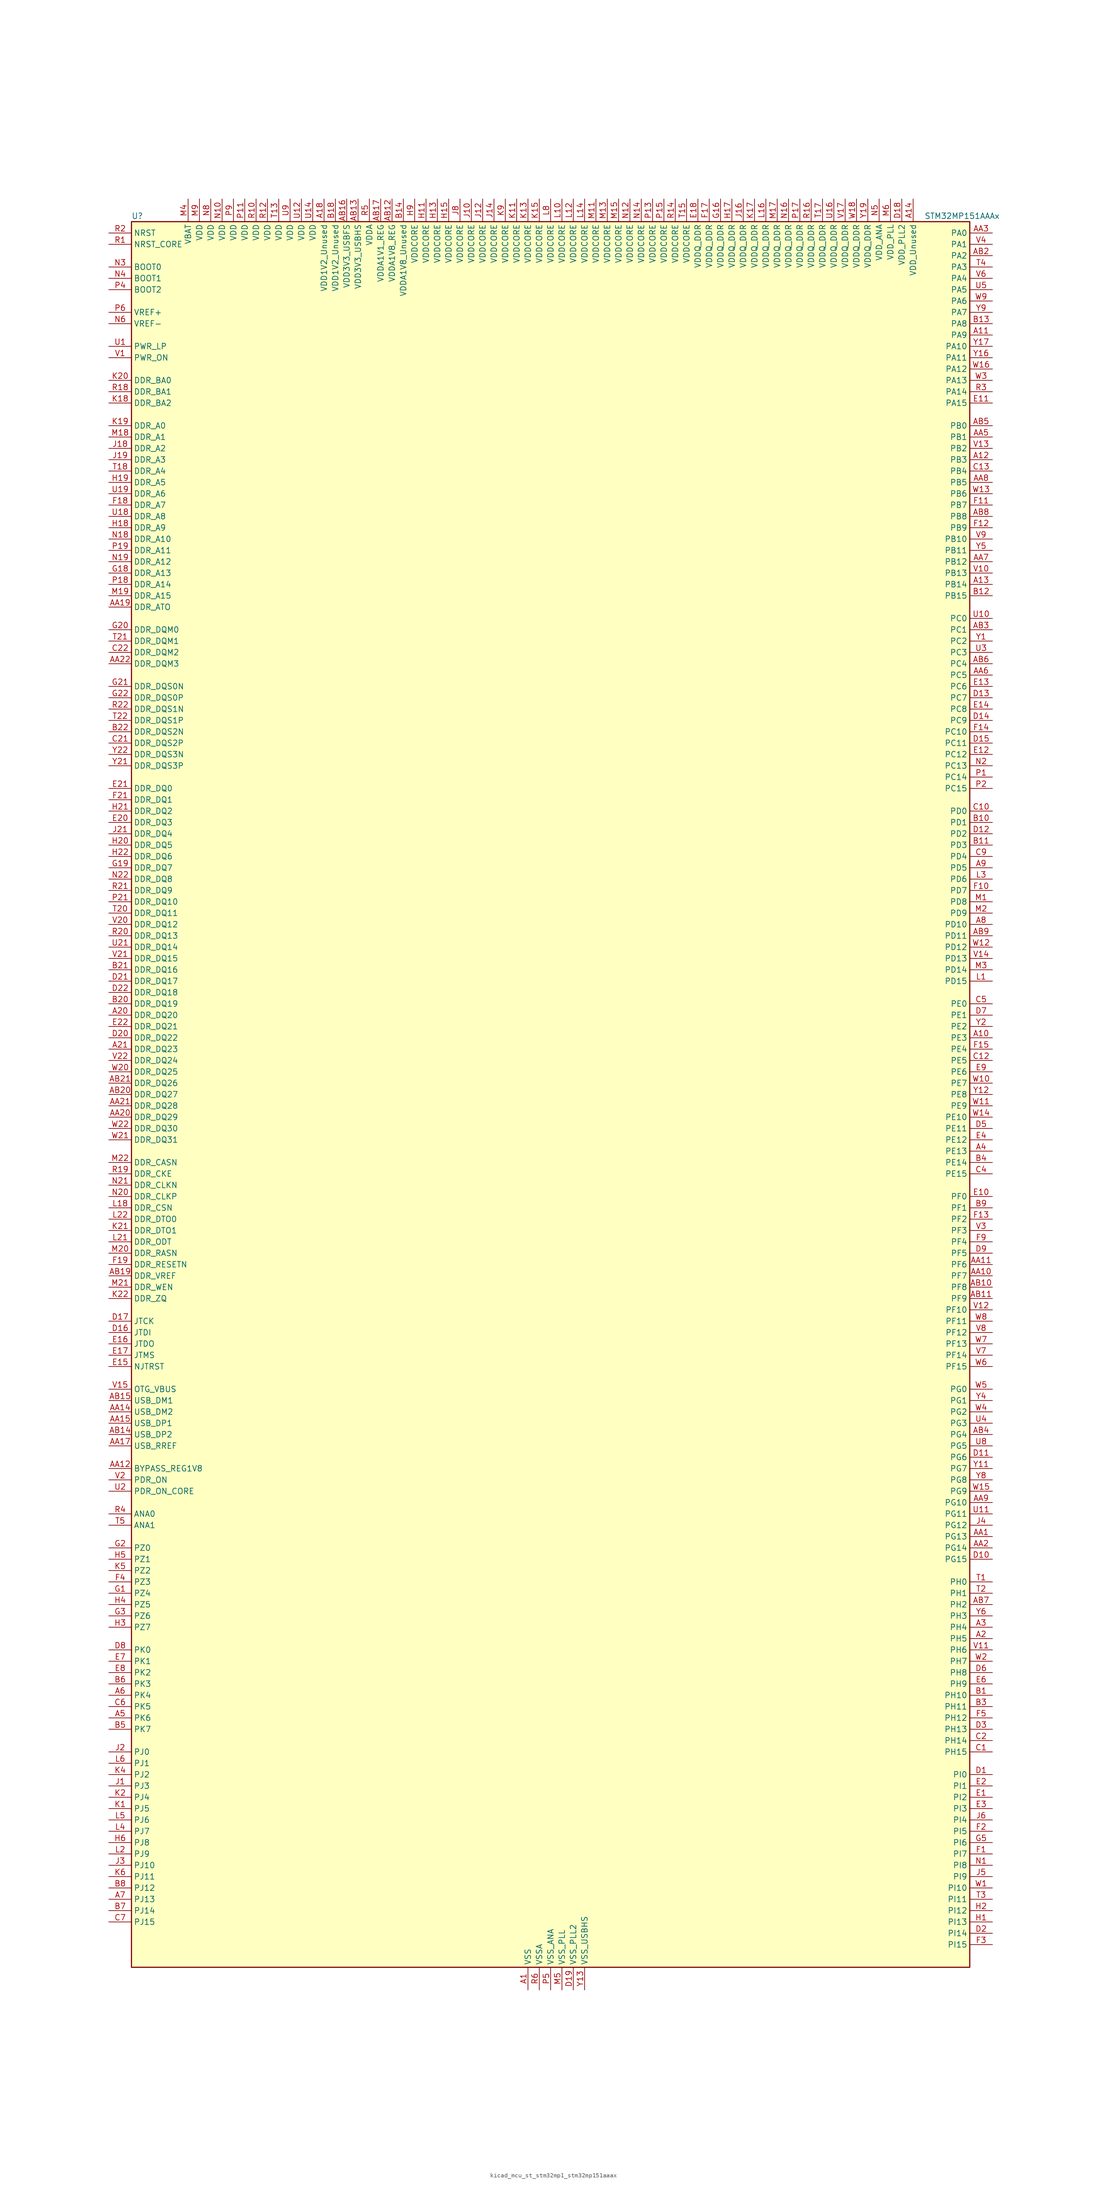
<source format=kicad_sym>
(kicad_symbol_lib
  (version 20220914)
  (generator kicad_symbol_editor)
  (symbol "kicad_mcu_st_stm32mp1_stm32mp151aaax"
    (property "Reference" "U"
      (at -93.98 196.85 0)
      (effects (font (size 1.27 1.27)) (justify left)))
    (property "Value" "STM32MP151AAAx"
      (at 83.82 196.85 0)
      (effects (font (size 1.27 1.27)) (justify left)))
    (property "ki_locked" ""
      (at 0 0 0)
      (effects (font (size 1.27 1.27))))
    (symbol "kicad_mcu_st_stm32mp1_stm32mp151aaax_0_1"
      (rectangle (start -93.98 -195.58) (end 93.98 195.58) (stroke (width 0.254) (type default)) (fill (type background))))
    (symbol "kicad_mcu_st_stm32mp1_stm32mp151aaax_1_1"
      (pin power_in line (at -5.08 -200.66 90) (length 5.08) (name "VSS" (effects (font (size 1.27 1.27)))) (number "A1" (effects (font (size 1.27 1.27)))))
      (pin bidirectional line (at 99.06 12.7 180) (length 5.08) (name "PE3" (effects (font (size 1.27 1.27)))) (number "A10" (effects (font (size 1.27 1.27)))) (alternate "DEBUG_TRACED0" bidirectional line) (alternate "FMC_A19" bidirectional line) (alternate "SAI1_SD_B" bidirectional line) (alternate "SDMMC2_CK" bidirectional line) (alternate "TIM15_BKIN" bidirectional line))
      (pin bidirectional line (at 99.06 170.18 180) (length 5.08) (name "PA9" (effects (font (size 1.27 1.27)))) (number "A11" (effects (font (size 1.27 1.27)))) (alternate "DAC1_EXTI9" bidirectional line) (alternate "DCMI_D0" bidirectional line) (alternate "I2C3_SMBA" bidirectional line) (alternate "I2S2_CK" bidirectional line) (alternate "LTDC_R5" bidirectional line) (alternate "SDMMC2_CDIR" bidirectional line) (alternate "SDMMC2_D5" bidirectional line) (alternate "SPI2_SCK" bidirectional line) (alternate "TIM1_CH2" bidirectional line) (alternate "USART1_TX" bidirectional line))
      (pin bidirectional line (at 99.06 142.24 180) (length 5.08) (name "PB3" (effects (font (size 1.27 1.27)))) (number "A12" (effects (font (size 1.27 1.27)))) (alternate "DEBUG_TRACED9" bidirectional line) (alternate "I2S1_CK" bidirectional line) (alternate "I2S3_CK" bidirectional line) (alternate "SAI4_CK1" bidirectional line) (alternate "SAI4_MCLK_A" bidirectional line) (alternate "SDMMC2_D2" bidirectional line) (alternate "SPI1_SCK" bidirectional line) (alternate "SPI3_SCK" bidirectional line) (alternate "SPI6_SCK" bidirectional line) (alternate "TIM2_CH2" bidirectional line) (alternate "UART7_RX" bidirectional line))
      (pin bidirectional line (at 99.06 114.3 180) (length 5.08) (name "PB14" (effects (font (size 1.27 1.27)))) (number "A13" (effects (font (size 1.27 1.27)))) (alternate "DFSDM1_DATIN2" bidirectional line) (alternate "I2S2_SDI" bidirectional line) (alternate "SDMMC2_D0" bidirectional line) (alternate "SPI2_MISO" bidirectional line) (alternate "TIM12_CH1" bidirectional line) (alternate "TIM1_CH2N" bidirectional line) (alternate "TIM8_CH2N" bidirectional line) (alternate "USART1_TX" bidirectional line) (alternate "USART3_DE" bidirectional line) (alternate "USART3_RTS" bidirectional line))
      (pin power_in line (at 81.28 200.66 270) (length 5.08) (name "VDD_Unused" (effects (font (size 1.27 1.27)))) (number "A14" (effects (font (size 1.27 1.27)))))
      (pin no_connect line (at -93.98 -195.58 0) (length 5.08) hide (name "DNU" (effects (font (size 1.27 1.27)))) (number "A15" (effects (font (size 1.27 1.27)))))
      (pin no_connect line (at -93.98 -193.04 0) (length 5.08) hide (name "DNU" (effects (font (size 1.27 1.27)))) (number "A16" (effects (font (size 1.27 1.27)))))
      (pin no_connect line (at -93.98 -190.5 0) (length 5.08) hide (name "DNU" (effects (font (size 1.27 1.27)))) (number "A17" (effects (font (size 1.27 1.27)))))
      (pin power_in line (at -50.8 200.66 270) (length 5.08) (name "VDD1V2_Unused" (effects (font (size 1.27 1.27)))) (number "A18" (effects (font (size 1.27 1.27)))))
      (pin passive line (at -5.08 -200.66 90) (length 5.08) hide (name "VSS" (effects (font (size 1.27 1.27)))) (number "A19" (effects (font (size 1.27 1.27)))))
      (pin bidirectional line (at 99.06 -121.92 180) (length 5.08) (name "PH5" (effects (font (size 1.27 1.27)))) (number "A2" (effects (font (size 1.27 1.27)))) (alternate "I2C2_SDA" bidirectional line) (alternate "SAI4_SD_B" bidirectional line) (alternate "SPI5_NSS" bidirectional line))
      (pin bidirectional line (at -99.06 17.78 0) (length 5.08) (name "DDR_DQ20" (effects (font (size 1.27 1.27)))) (number "A20" (effects (font (size 1.27 1.27)))) (alternate "DDR_DQ20" bidirectional line))
      (pin bidirectional line (at -99.06 10.16 0) (length 5.08) (name "DDR_DQ23" (effects (font (size 1.27 1.27)))) (number "A21" (effects (font (size 1.27 1.27)))) (alternate "DDR_DQ23" bidirectional line))
      (pin passive line (at -5.08 -200.66 90) (length 5.08) hide (name "VSS" (effects (font (size 1.27 1.27)))) (number "A22" (effects (font (size 1.27 1.27)))))
      (pin bidirectional line (at 99.06 -119.38 180) (length 5.08) (name "PH4" (effects (font (size 1.27 1.27)))) (number "A3" (effects (font (size 1.27 1.27)))) (alternate "I2C2_SCL" bidirectional line) (alternate "LTDC_G4" bidirectional line) (alternate "LTDC_G5" bidirectional line))
      (pin bidirectional line (at 99.06 -12.7 180) (length 5.08) (name "PE13" (effects (font (size 1.27 1.27)))) (number "A4" (effects (font (size 1.27 1.27)))) (alternate "DCMI_D6" bidirectional line) (alternate "DFSDM1_CKIN5" bidirectional line) (alternate "FMC_D10" bidirectional line) (alternate "FMC_DA10" bidirectional line) (alternate "HDP_HDP2" bidirectional line) (alternate "LTDC_DE" bidirectional line) (alternate "SAI2_FS_B" bidirectional line) (alternate "SPI4_MISO" bidirectional line) (alternate "TIM1_CH3" bidirectional line))
      (pin bidirectional line (at -99.06 -139.7 0) (length 5.08) (name "PK6" (effects (font (size 1.27 1.27)))) (number "A5" (effects (font (size 1.27 1.27)))) (alternate "DEBUG_TRACED7" bidirectional line) (alternate "HDP_HDP7" bidirectional line) (alternate "LTDC_B7" bidirectional line))
      (pin bidirectional line (at -99.06 -134.62 0) (length 5.08) (name "PK4" (effects (font (size 1.27 1.27)))) (number "A6" (effects (font (size 1.27 1.27)))) (alternate "LTDC_B5" bidirectional line))
      (pin bidirectional line (at -99.06 -180.34 0) (length 5.08) (name "PJ13" (effects (font (size 1.27 1.27)))) (number "A7" (effects (font (size 1.27 1.27)))) (alternate "LTDC_B1" bidirectional line) (alternate "LTDC_G4" bidirectional line))
      (pin bidirectional line (at 99.06 38.1 180) (length 5.08) (name "PD10" (effects (font (size 1.27 1.27)))) (number "A8" (effects (font (size 1.27 1.27)))) (alternate "DFSDM1_CKOUT" bidirectional line) (alternate "FMC_D15" bidirectional line) (alternate "FMC_DA15" bidirectional line) (alternate "I2C5_SMBA" bidirectional line) (alternate "I2S3_SDI" bidirectional line) (alternate "LTDC_B3" bidirectional line) (alternate "RTC_REFIN" bidirectional line) (alternate "SAI3_FS_B" bidirectional line) (alternate "SPI3_MISO" bidirectional line) (alternate "TIM16_BKIN" bidirectional line) (alternate "USART3_CK" bidirectional line))
      (pin bidirectional line (at 99.06 50.8 180) (length 5.08) (name "PD5" (effects (font (size 1.27 1.27)))) (number "A9" (effects (font (size 1.27 1.27)))) (alternate "FMC_NWE" bidirectional line) (alternate "SDMMC3_D2" bidirectional line) (alternate "USART2_TX" bidirectional line))
      (pin bidirectional line (at 99.06 -99.06 180) (length 5.08) (name "PG13" (effects (font (size 1.27 1.27)))) (number "AA1" (effects (font (size 1.27 1.27)))) (alternate "DEBUG_TRACED0" bidirectional line) (alternate "ETH1_TXD0" bidirectional line) (alternate "FMC_A24" bidirectional line) (alternate "LPTIM1_OUT" bidirectional line) (alternate "LTDC_R0" bidirectional line) (alternate "SAI1_CK2" bidirectional line) (alternate "SAI1_SCK_A" bidirectional line) (alternate "SAI4_CK1" bidirectional line) (alternate "SAI4_MCLK_A" bidirectional line) (alternate "SPI6_SCK" bidirectional line) (alternate "USART6_CTS" bidirectional line) (alternate "USART6_NSS" bidirectional line))
      (pin bidirectional line (at 99.06 -40.64 180) (length 5.08) (name "PF7" (effects (font (size 1.27 1.27)))) (number "AA10" (effects (font (size 1.27 1.27)))) (alternate "QUADSPI_BK1_IO2" bidirectional line) (alternate "SAI1_MCLK_B" bidirectional line) (alternate "SPI5_SCK" bidirectional line) (alternate "TIM17_CH1" bidirectional line) (alternate "UART7_TX" bidirectional line))
      (pin bidirectional line (at 99.06 -38.1 180) (length 5.08) (name "PF6" (effects (font (size 1.27 1.27)))) (number "AA11" (effects (font (size 1.27 1.27)))) (alternate "QUADSPI_BK1_IO3" bidirectional line) (alternate "SAI1_SD_B" bidirectional line) (alternate "SAI4_SCK_B" bidirectional line) (alternate "SPI5_NSS" bidirectional line) (alternate "TIM16_CH1" bidirectional line) (alternate "UART7_RX" bidirectional line))
      (pin bidirectional line (at -99.06 -83.82 0) (length 5.08) (name "BYPASS_REG1V8" (effects (font (size 1.27 1.27)))) (number "AA12" (effects (font (size 1.27 1.27)))))
      (pin passive line (at 7.62 -200.66 90) (length 5.08) hide (name "VSS_USBHS" (effects (font (size 1.27 1.27)))) (number "AA13" (effects (font (size 1.27 1.27)))))
      (pin bidirectional line (at -99.06 -71.12 0) (length 5.08) (name "USB_DM2" (effects (font (size 1.27 1.27)))) (number "AA14" (effects (font (size 1.27 1.27)))) (alternate "USBH_HS2_DM" bidirectional line) (alternate "USB_OTG_HS_DM" bidirectional line))
      (pin bidirectional line (at -99.06 -73.66 0) (length 5.08) (name "USB_DP1" (effects (font (size 1.27 1.27)))) (number "AA15" (effects (font (size 1.27 1.27)))) (alternate "USBH_HS1_DP" bidirectional line))
      (pin passive line (at 7.62 -200.66 90) (length 5.08) hide (name "VSS_USBHS" (effects (font (size 1.27 1.27)))) (number "AA16" (effects (font (size 1.27 1.27)))))
      (pin bidirectional line (at -99.06 -78.74 0) (length 5.08) (name "USB_RREF" (effects (font (size 1.27 1.27)))) (number "AA17" (effects (font (size 1.27 1.27)))))
      (pin passive line (at -5.08 -200.66 90) (length 5.08) hide (name "VSS" (effects (font (size 1.27 1.27)))) (number "AA18" (effects (font (size 1.27 1.27)))))
      (pin bidirectional line (at -99.06 109.22 0) (length 5.08) (name "DDR_ATO" (effects (font (size 1.27 1.27)))) (number "AA19" (effects (font (size 1.27 1.27)))) (alternate "DDR_ATO" bidirectional line))
      (pin bidirectional line (at 99.06 -101.6 180) (length 5.08) (name "PG14" (effects (font (size 1.27 1.27)))) (number "AA2" (effects (font (size 1.27 1.27)))) (alternate "DEBUG_TRACED1" bidirectional line) (alternate "ETH1_TXD1" bidirectional line) (alternate "FMC_A25" bidirectional line) (alternate "LPTIM1_ETR" bidirectional line) (alternate "LTDC_B0" bidirectional line) (alternate "QUADSPI_BK2_IO3" bidirectional line) (alternate "SAI4_D1" bidirectional line) (alternate "SAI4_SD_A" bidirectional line) (alternate "SPI6_MOSI" bidirectional line) (alternate "USART6_TX" bidirectional line))
      (pin bidirectional line (at -99.06 -5.08 0) (length 5.08) (name "DDR_DQ29" (effects (font (size 1.27 1.27)))) (number "AA20" (effects (font (size 1.27 1.27)))) (alternate "DDR_DQ29" bidirectional line))
      (pin bidirectional line (at -99.06 -2.54 0) (length 5.08) (name "DDR_DQ28" (effects (font (size 1.27 1.27)))) (number "AA21" (effects (font (size 1.27 1.27)))) (alternate "DDR_DQ28" bidirectional line))
      (pin bidirectional line (at -99.06 96.52 0) (length 5.08) (name "DDR_DQM3" (effects (font (size 1.27 1.27)))) (number "AA22" (effects (font (size 1.27 1.27)))) (alternate "DDR_DQM3" bidirectional line))
      (pin bidirectional line (at 99.06 193.04 180) (length 5.08) (name "PA0" (effects (font (size 1.27 1.27)))) (number "AA3" (effects (font (size 1.27 1.27)))) (alternate "ADC1_INP16" bidirectional line) (alternate "ETH1_CRS" bidirectional line) (alternate "PWR_WKUP1" bidirectional line) (alternate "SAI2_SD_B" bidirectional line) (alternate "SDMMC2_CMD" bidirectional line) (alternate "TIM15_BKIN" bidirectional line) (alternate "TIM2_CH1" bidirectional line) (alternate "TIM2_ETR" bidirectional line) (alternate "TIM5_CH1" bidirectional line) (alternate "TIM8_ETR" bidirectional line) (alternate "UART4_TX" bidirectional line) (alternate "USART2_CTS" bidirectional line) (alternate "USART2_NSS" bidirectional line))
      (pin passive line (at -5.08 -200.66 90) (length 5.08) hide (name "VSS" (effects (font (size 1.27 1.27)))) (number "AA4" (effects (font (size 1.27 1.27)))))
      (pin bidirectional line (at 99.06 147.32 180) (length 5.08) (name "PB1" (effects (font (size 1.27 1.27)))) (number "AA5" (effects (font (size 1.27 1.27)))) (alternate "ADC1_INP5" bidirectional line) (alternate "ADC2_INP5" bidirectional line) (alternate "DFSDM1_DATIN1" bidirectional line) (alternate "ETH1_RXD3" bidirectional line) (alternate "LTDC_G0" bidirectional line) (alternate "LTDC_R6" bidirectional line) (alternate "TIM1_CH3N" bidirectional line) (alternate "TIM3_CH4" bidirectional line) (alternate "TIM8_CH3N" bidirectional line))
      (pin bidirectional line (at 99.06 93.98 180) (length 5.08) (name "PC5" (effects (font (size 1.27 1.27)))) (number "AA6" (effects (font (size 1.27 1.27)))) (alternate "ADC1_INN4" bidirectional line) (alternate "ADC1_INP8" bidirectional line) (alternate "ADC2_INN4" bidirectional line) (alternate "ADC2_INP8" bidirectional line) (alternate "DFSDM1_DATIN2" bidirectional line) (alternate "ETH1_RXD1" bidirectional line) (alternate "SAI1_D3" bidirectional line) (alternate "SAI1_D4" bidirectional line) (alternate "SAI4_D3" bidirectional line) (alternate "SAI4_D4" bidirectional line) (alternate "SPDIFRX_IN3" bidirectional line))
      (pin bidirectional line (at 99.06 119.38 180) (length 5.08) (name "PB12" (effects (font (size 1.27 1.27)))) (number "AA7" (effects (font (size 1.27 1.27)))) (alternate "DFSDM1_DATIN1" bidirectional line) (alternate "ETH1_TXD0" bidirectional line) (alternate "I2C2_SMBA" bidirectional line) (alternate "I2C6_SMBA" bidirectional line) (alternate "I2S2_WS" bidirectional line) (alternate "SPI2_NSS" bidirectional line) (alternate "TIM1_BKIN" bidirectional line) (alternate "UART5_RX" bidirectional line) (alternate "USART3_CK" bidirectional line) (alternate "USART3_RX" bidirectional line))
      (pin bidirectional line (at 99.06 137.16 180) (length 5.08) (name "PB5" (effects (font (size 1.27 1.27)))) (number "AA8" (effects (font (size 1.27 1.27)))) (alternate "DCMI_D10" bidirectional line) (alternate "ETH1_CLK" bidirectional line) (alternate "ETH1_PPS_OUT" bidirectional line) (alternate "I2C1_SMBA" bidirectional line) (alternate "I2C4_SMBA" bidirectional line) (alternate "I2S1_SDO" bidirectional line) (alternate "I2S3_SDO" bidirectional line) (alternate "LTDC_G7" bidirectional line) (alternate "SAI4_D1" bidirectional line) (alternate "SAI4_SD_A" bidirectional line) (alternate "SPI1_MOSI" bidirectional line) (alternate "SPI3_MOSI" bidirectional line) (alternate "SPI6_MOSI" bidirectional line) (alternate "TIM17_BKIN" bidirectional line) (alternate "TIM3_CH2" bidirectional line) (alternate "UART5_RX" bidirectional line))
      (pin bidirectional line (at 99.06 -91.44 180) (length 5.08) (name "PG10" (effects (font (size 1.27 1.27)))) (number "AA9" (effects (font (size 1.27 1.27)))) (alternate "DCMI_D2" bidirectional line) (alternate "DEBUG_TRACED10" bidirectional line) (alternate "FMC_NE3" bidirectional line) (alternate "LTDC_B2" bidirectional line) (alternate "LTDC_G3" bidirectional line) (alternate "QUADSPI_BK2_IO2" bidirectional line) (alternate "SAI2_SD_B" bidirectional line) (alternate "UART8_CTS" bidirectional line))
      (pin passive line (at -5.08 -200.66 90) (length 5.08) hide (name "VSS" (effects (font (size 1.27 1.27)))) (number "AB1" (effects (font (size 1.27 1.27)))))
      (pin bidirectional line (at 99.06 -43.18 180) (length 5.08) (name "PF8" (effects (font (size 1.27 1.27)))) (number "AB10" (effects (font (size 1.27 1.27)))) (alternate "DEBUG_TRACED12" bidirectional line) (alternate "QUADSPI_BK1_IO0" bidirectional line) (alternate "SAI1_SCK_B" bidirectional line) (alternate "SPI5_MISO" bidirectional line) (alternate "TIM13_CH1" bidirectional line) (alternate "TIM16_CH1N" bidirectional line) (alternate "UART7_DE" bidirectional line) (alternate "UART7_RTS" bidirectional line))
      (pin bidirectional line (at 99.06 -45.72 180) (length 5.08) (name "PF9" (effects (font (size 1.27 1.27)))) (number "AB11" (effects (font (size 1.27 1.27)))) (alternate "DAC1_EXTI9" bidirectional line) (alternate "DEBUG_TRACED13" bidirectional line) (alternate "QUADSPI_BK1_IO1" bidirectional line) (alternate "SAI1_FS_B" bidirectional line) (alternate "SPI5_MOSI" bidirectional line) (alternate "TIM14_CH1" bidirectional line) (alternate "TIM17_CH1N" bidirectional line) (alternate "UART7_CTS" bidirectional line))
      (pin power_in line (at -35.56 200.66 270) (length 5.08) (name "VDDA1V8_REG" (effects (font (size 1.27 1.27)))) (number "AB12" (effects (font (size 1.27 1.27)))))
      (pin power_in line (at -43.18 200.66 270) (length 5.08) (name "VDD3V3_USBHS" (effects (font (size 1.27 1.27)))) (number "AB13" (effects (font (size 1.27 1.27)))))
      (pin bidirectional line (at -99.06 -76.2 0) (length 5.08) (name "USB_DP2" (effects (font (size 1.27 1.27)))) (number "AB14" (effects (font (size 1.27 1.27)))) (alternate "USBH_HS2_DP" bidirectional line) (alternate "USB_OTG_HS_DP" bidirectional line))
      (pin bidirectional line (at -99.06 -68.58 0) (length 5.08) (name "USB_DM1" (effects (font (size 1.27 1.27)))) (number "AB15" (effects (font (size 1.27 1.27)))) (alternate "USBH_HS1_DM" bidirectional line))
      (pin power_in line (at -45.72 200.66 270) (length 5.08) (name "VDD3V3_USBFS" (effects (font (size 1.27 1.27)))) (number "AB16" (effects (font (size 1.27 1.27)))))
      (pin power_in line (at -38.1 200.66 270) (length 5.08) (name "VDDA1V1_REG" (effects (font (size 1.27 1.27)))) (number "AB17" (effects (font (size 1.27 1.27)))))
      (pin passive line (at -5.08 -200.66 90) (length 5.08) hide (name "VSS" (effects (font (size 1.27 1.27)))) (number "AB18" (effects (font (size 1.27 1.27)))))
      (pin bidirectional line (at -99.06 -40.64 0) (length 5.08) (name "DDR_VREF" (effects (font (size 1.27 1.27)))) (number "AB19" (effects (font (size 1.27 1.27)))) (alternate "DDR_VREF" bidirectional line))
      (pin bidirectional line (at 99.06 187.96 180) (length 5.08) (name "PA2" (effects (font (size 1.27 1.27)))) (number "AB2" (effects (font (size 1.27 1.27)))) (alternate "ADC1_INP14" bidirectional line) (alternate "ETH1_MDIO" bidirectional line) (alternate "LPTIM4_OUT" bidirectional line) (alternate "LTDC_R1" bidirectional line) (alternate "PWR_WKUP2" bidirectional line) (alternate "SAI2_SCK_B" bidirectional line) (alternate "SDMMC2_D0DIR" bidirectional line) (alternate "TIM15_CH1" bidirectional line) (alternate "TIM2_CH3" bidirectional line) (alternate "TIM5_CH3" bidirectional line) (alternate "USART2_TX" bidirectional line))
      (pin bidirectional line (at -99.06 0 0) (length 5.08) (name "DDR_DQ27" (effects (font (size 1.27 1.27)))) (number "AB20" (effects (font (size 1.27 1.27)))) (alternate "DDR_DQ27" bidirectional line))
      (pin bidirectional line (at -99.06 2.54 0) (length 5.08) (name "DDR_DQ26" (effects (font (size 1.27 1.27)))) (number "AB21" (effects (font (size 1.27 1.27)))) (alternate "DDR_DQ26" bidirectional line))
      (pin passive line (at -5.08 -200.66 90) (length 5.08) hide (name "VSS" (effects (font (size 1.27 1.27)))) (number "AB22" (effects (font (size 1.27 1.27)))))
      (pin bidirectional line (at 99.06 104.14 180) (length 5.08) (name "PC1" (effects (font (size 1.27 1.27)))) (number "AB3" (effects (font (size 1.27 1.27)))) (alternate "ADC1_INN10" bidirectional line) (alternate "ADC1_INP11" bidirectional line) (alternate "ADC2_INN10" bidirectional line) (alternate "ADC2_INP11" bidirectional line) (alternate "DEBUG_TRACED0" bidirectional line) (alternate "DFSDM1_CKIN4" bidirectional line) (alternate "DFSDM1_DATIN0" bidirectional line) (alternate "ETH1_MDC" bidirectional line) (alternate "I2S2_SDO" bidirectional line) (alternate "PWR_WKUP6" bidirectional line) (alternate "SAI1_D1" bidirectional line) (alternate "SAI1_SD_A" bidirectional line) (alternate "SDMMC2_CK" bidirectional line) (alternate "SPI2_MOSI" bidirectional line) (alternate "TAMP_IN3" bidirectional line))
      (pin bidirectional line (at 99.06 -76.2 180) (length 5.08) (name "PG4" (effects (font (size 1.27 1.27)))) (number "AB4" (effects (font (size 1.27 1.27)))) (alternate "ETH1_GTX_CLK" bidirectional line) (alternate "FMC_A14" bidirectional line) (alternate "TIM1_BKIN2" bidirectional line))
      (pin bidirectional line (at 99.06 149.86 180) (length 5.08) (name "PB0" (effects (font (size 1.27 1.27)))) (number "AB5" (effects (font (size 1.27 1.27)))) (alternate "ADC1_INN5" bidirectional line) (alternate "ADC1_INP9" bidirectional line) (alternate "ADC2_INN5" bidirectional line) (alternate "ADC2_INP9" bidirectional line) (alternate "DFSDM1_CKOUT" bidirectional line) (alternate "ETH1_RXD2" bidirectional line) (alternate "LTDC_G1" bidirectional line) (alternate "LTDC_R3" bidirectional line) (alternate "TIM1_CH2N" bidirectional line) (alternate "TIM3_CH3" bidirectional line) (alternate "TIM8_CH2N" bidirectional line) (alternate "UART4_CTS" bidirectional line))
      (pin bidirectional line (at 99.06 96.52 180) (length 5.08) (name "PC4" (effects (font (size 1.27 1.27)))) (number "AB6" (effects (font (size 1.27 1.27)))) (alternate "ADC1_INP4" bidirectional line) (alternate "ADC2_INP4" bidirectional line) (alternate "DFSDM1_CKIN2" bidirectional line) (alternate "ETH1_RXD0" bidirectional line) (alternate "I2S1_MCK" bidirectional line) (alternate "SPDIFRX_IN2" bidirectional line))
      (pin bidirectional line (at 99.06 -114.3 180) (length 5.08) (name "PH2" (effects (font (size 1.27 1.27)))) (number "AB7" (effects (font (size 1.27 1.27)))) (alternate "ETH1_CRS" bidirectional line) (alternate "LPTIM1_IN2" bidirectional line) (alternate "LTDC_R0" bidirectional line) (alternate "QUADSPI_BK2_IO0" bidirectional line) (alternate "SAI2_SCK_B" bidirectional line))
      (pin bidirectional line (at 99.06 129.54 180) (length 5.08) (name "PB8" (effects (font (size 1.27 1.27)))) (number "AB8" (effects (font (size 1.27 1.27)))) (alternate "DCMI_D6" bidirectional line) (alternate "DFSDM1_CKIN7" bidirectional line) (alternate "ETH1_TXD3" bidirectional line) (alternate "HDP_HDP6" bidirectional line) (alternate "I2C1_SCL" bidirectional line) (alternate "I2C4_SCL" bidirectional line) (alternate "LTDC_B6" bidirectional line) (alternate "SDMMC1_CKIN" bidirectional line) (alternate "SDMMC1_D4" bidirectional line) (alternate "SDMMC2_CKIN" bidirectional line) (alternate "SDMMC2_D4" bidirectional line) (alternate "TIM16_CH1" bidirectional line) (alternate "TIM4_CH3" bidirectional line) (alternate "UART4_RX" bidirectional line))
      (pin bidirectional line (at 99.06 35.56 180) (length 5.08) (name "PD11" (effects (font (size 1.27 1.27)))) (number "AB9" (effects (font (size 1.27 1.27)))) (alternate "ADC1_EXTI11" bidirectional line) (alternate "ADC2_EXTI11" bidirectional line) (alternate "FMC_A16" bidirectional line) (alternate "FMC_CLE" bidirectional line) (alternate "I2C1_SMBA" bidirectional line) (alternate "I2C4_SMBA" bidirectional line) (alternate "LPTIM2_IN2" bidirectional line) (alternate "QUADSPI_BK1_IO0" bidirectional line) (alternate "SAI2_SD_A" bidirectional line) (alternate "USART3_CTS" bidirectional line) (alternate "USART3_NSS" bidirectional line))
      (pin bidirectional line (at 99.06 -134.62 180) (length 5.08) (name "PH10" (effects (font (size 1.27 1.27)))) (number "B1" (effects (font (size 1.27 1.27)))) (alternate "DCMI_D1" bidirectional line) (alternate "I2C1_SMBA" bidirectional line) (alternate "I2C4_SMBA" bidirectional line) (alternate "LTDC_R4" bidirectional line) (alternate "TIM5_CH1" bidirectional line))
      (pin bidirectional line (at 99.06 60.96 180) (length 5.08) (name "PD1" (effects (font (size 1.27 1.27)))) (number "B10" (effects (font (size 1.27 1.27)))) (alternate "DFSDM1_CKIN7" bidirectional line) (alternate "DFSDM1_DATIN6" bidirectional line) (alternate "FMC_D3" bidirectional line) (alternate "FMC_DA3" bidirectional line) (alternate "I2C5_SCL" bidirectional line) (alternate "I2C6_SCL" bidirectional line) (alternate "SAI3_SD_A" bidirectional line) (alternate "SDMMC3_D0" bidirectional line) (alternate "UART4_TX" bidirectional line))
      (pin bidirectional line (at 99.06 55.88 180) (length 5.08) (name "PD3" (effects (font (size 1.27 1.27)))) (number "B11" (effects (font (size 1.27 1.27)))) (alternate "DCMI_D5" bidirectional line) (alternate "DFSDM1_CKOUT" bidirectional line) (alternate "DFSDM1_DATIN0" bidirectional line) (alternate "FMC_CLK" bidirectional line) (alternate "HDP_HDP5" bidirectional line) (alternate "I2S2_CK" bidirectional line) (alternate "LTDC_G7" bidirectional line) (alternate "SDMMC1_D123DIR" bidirectional line) (alternate "SDMMC1_D7" bidirectional line) (alternate "SDMMC2_D123DIR" bidirectional line) (alternate "SDMMC2_D7" bidirectional line) (alternate "SPI2_SCK" bidirectional line) (alternate "USART2_CTS" bidirectional line) (alternate "USART2_NSS" bidirectional line))
      (pin bidirectional line (at 99.06 111.76 180) (length 5.08) (name "PB15" (effects (font (size 1.27 1.27)))) (number "B12" (effects (font (size 1.27 1.27)))) (alternate "ADC1_EXTI15" bidirectional line) (alternate "ADC2_EXTI15" bidirectional line) (alternate "DFSDM1_CKIN2" bidirectional line) (alternate "I2S2_SDO" bidirectional line) (alternate "RTC_REFIN" bidirectional line) (alternate "SDMMC2_D1" bidirectional line) (alternate "SPI2_MOSI" bidirectional line) (alternate "TIM12_CH2" bidirectional line) (alternate "TIM1_CH3N" bidirectional line) (alternate "TIM8_CH3N" bidirectional line) (alternate "USART1_RX" bidirectional line))
      (pin bidirectional line (at 99.06 172.72 180) (length 5.08) (name "PA8" (effects (font (size 1.27 1.27)))) (number "B13" (effects (font (size 1.27 1.27)))) (alternate "I2C3_SCL" bidirectional line) (alternate "I2S3_SDO" bidirectional line) (alternate "LTDC_R6" bidirectional line) (alternate "RCC_MCO_1" bidirectional line) (alternate "SAI4_SD_B" bidirectional line) (alternate "SDMMC2_CKIN" bidirectional line) (alternate "SDMMC2_D4" bidirectional line) (alternate "SPI3_MOSI" bidirectional line) (alternate "TIM1_CH1" bidirectional line) (alternate "TIM8_BKIN2" bidirectional line) (alternate "UART7_RX" bidirectional line) (alternate "USART1_CK" bidirectional line) (alternate "USB_OTG_HS_SOF" bidirectional line))
      (pin power_in line (at -33.02 200.66 270) (length 5.08) (name "VDDA1V8_Unused" (effects (font (size 1.27 1.27)))) (number "B14" (effects (font (size 1.27 1.27)))))
      (pin no_connect line (at -93.98 -187.96 0) (length 5.08) hide (name "DNU" (effects (font (size 1.27 1.27)))) (number "B15" (effects (font (size 1.27 1.27)))))
      (pin no_connect line (at -93.98 -185.42 0) (length 5.08) hide (name "DNU" (effects (font (size 1.27 1.27)))) (number "B16" (effects (font (size 1.27 1.27)))))
      (pin no_connect line (at -93.98 -182.88 0) (length 5.08) hide (name "DNU" (effects (font (size 1.27 1.27)))) (number "B17" (effects (font (size 1.27 1.27)))))
      (pin power_in line (at -48.26 200.66 270) (length 5.08) (name "VDD1V2_Unused" (effects (font (size 1.27 1.27)))) (number "B18" (effects (font (size 1.27 1.27)))))
      (pin passive line (at -5.08 -200.66 90) (length 5.08) hide (name "VSS" (effects (font (size 1.27 1.27)))) (number "B19" (effects (font (size 1.27 1.27)))))
      (pin passive line (at -5.08 -200.66 90) (length 5.08) hide (name "VSS" (effects (font (size 1.27 1.27)))) (number "B2" (effects (font (size 1.27 1.27)))))
      (pin bidirectional line (at -99.06 20.32 0) (length 5.08) (name "DDR_DQ19" (effects (font (size 1.27 1.27)))) (number "B20" (effects (font (size 1.27 1.27)))) (alternate "DDR_DQ19" bidirectional line))
      (pin bidirectional line (at -99.06 27.94 0) (length 5.08) (name "DDR_DQ16" (effects (font (size 1.27 1.27)))) (number "B21" (effects (font (size 1.27 1.27)))) (alternate "DDR_DQ16" bidirectional line))
      (pin bidirectional line (at -99.06 81.28 0) (length 5.08) (name "DDR_DQS2N" (effects (font (size 1.27 1.27)))) (number "B22" (effects (font (size 1.27 1.27)))) (alternate "DDR_DQS2N" bidirectional line))
      (pin bidirectional line (at 99.06 -137.16 180) (length 5.08) (name "PH11" (effects (font (size 1.27 1.27)))) (number "B3" (effects (font (size 1.27 1.27)))) (alternate "ADC1_EXTI11" bidirectional line) (alternate "ADC2_EXTI11" bidirectional line) (alternate "DCMI_D2" bidirectional line) (alternate "I2C1_SCL" bidirectional line) (alternate "I2C4_SCL" bidirectional line) (alternate "LTDC_R5" bidirectional line) (alternate "TIM5_CH2" bidirectional line))
      (pin bidirectional line (at 99.06 -15.24 180) (length 5.08) (name "PE14" (effects (font (size 1.27 1.27)))) (number "B4" (effects (font (size 1.27 1.27)))) (alternate "FMC_D11" bidirectional line) (alternate "FMC_DA11" bidirectional line) (alternate "LTDC_CLK" bidirectional line) (alternate "LTDC_G0" bidirectional line) (alternate "SAI2_MCLK_B" bidirectional line) (alternate "SDMMC1_D123DIR" bidirectional line) (alternate "SPI4_MOSI" bidirectional line) (alternate "TIM1_CH4" bidirectional line) (alternate "UART8_DE" bidirectional line) (alternate "UART8_RTS" bidirectional line))
      (pin bidirectional line (at -99.06 -142.24 0) (length 5.08) (name "PK7" (effects (font (size 1.27 1.27)))) (number "B5" (effects (font (size 1.27 1.27)))) (alternate "LTDC_DE" bidirectional line))
      (pin bidirectional line (at -99.06 -132.08 0) (length 5.08) (name "PK3" (effects (font (size 1.27 1.27)))) (number "B6" (effects (font (size 1.27 1.27)))) (alternate "LTDC_B4" bidirectional line))
      (pin bidirectional line (at -99.06 -182.88 0) (length 5.08) (name "PJ14" (effects (font (size 1.27 1.27)))) (number "B7" (effects (font (size 1.27 1.27)))) (alternate "LTDC_B2" bidirectional line))
      (pin bidirectional line (at -99.06 -177.8 0) (length 5.08) (name "PJ12" (effects (font (size 1.27 1.27)))) (number "B8" (effects (font (size 1.27 1.27)))) (alternate "LTDC_B0" bidirectional line) (alternate "LTDC_G3" bidirectional line))
      (pin bidirectional line (at 99.06 -25.4 180) (length 5.08) (name "PF1" (effects (font (size 1.27 1.27)))) (number "B9" (effects (font (size 1.27 1.27)))) (alternate "FMC_A1" bidirectional line) (alternate "I2C2_SCL" bidirectional line) (alternate "SDMMC3_CDIR" bidirectional line) (alternate "SDMMC3_CMD" bidirectional line))
      (pin bidirectional line (at 99.06 -147.32 180) (length 5.08) (name "PH15" (effects (font (size 1.27 1.27)))) (number "C1" (effects (font (size 1.27 1.27)))) (alternate "ADC1_EXTI15" bidirectional line) (alternate "ADC2_EXTI15" bidirectional line) (alternate "DCMI_D11" bidirectional line) (alternate "LTDC_G4" bidirectional line) (alternate "TIM8_CH3N" bidirectional line))
      (pin bidirectional line (at 99.06 63.5 180) (length 5.08) (name "PD0" (effects (font (size 1.27 1.27)))) (number "C10" (effects (font (size 1.27 1.27)))) (alternate "DFSDM1_CKIN6" bidirectional line) (alternate "DFSDM1_DATIN7" bidirectional line) (alternate "FMC_D2" bidirectional line) (alternate "FMC_DA2" bidirectional line) (alternate "I2C5_SDA" bidirectional line) (alternate "I2C6_SDA" bidirectional line) (alternate "SAI3_SCK_A" bidirectional line) (alternate "SDMMC3_CMD" bidirectional line) (alternate "UART4_RX" bidirectional line))
      (pin passive line (at -5.08 -200.66 90) (length 5.08) hide (name "VSS" (effects (font (size 1.27 1.27)))) (number "C11" (effects (font (size 1.27 1.27)))))
      (pin bidirectional line (at 99.06 7.62 180) (length 5.08) (name "PE5" (effects (font (size 1.27 1.27)))) (number "C12" (effects (font (size 1.27 1.27)))) (alternate "DCMI_D6" bidirectional line) (alternate "DEBUG_TRACED3" bidirectional line) (alternate "DFSDM1_CKIN3" bidirectional line) (alternate "FMC_A21" bidirectional line) (alternate "LTDC_G0" bidirectional line) (alternate "SAI1_CK2" bidirectional line) (alternate "SAI1_SCK_A" bidirectional line) (alternate "SDMMC1_D0DIR" bidirectional line) (alternate "SDMMC1_D6" bidirectional line) (alternate "SDMMC2_D0DIR" bidirectional line) (alternate "SDMMC2_D6" bidirectional line) (alternate "SPI4_MISO" bidirectional line) (alternate "TIM15_CH1" bidirectional line))
      (pin bidirectional line (at 99.06 139.7 180) (length 5.08) (name "PB4" (effects (font (size 1.27 1.27)))) (number "C13" (effects (font (size 1.27 1.27)))) (alternate "DEBUG_TRACED8" bidirectional line) (alternate "I2S1_SDI" bidirectional line) (alternate "I2S2_WS" bidirectional line) (alternate "I2S3_SDI" bidirectional line) (alternate "SAI4_CK2" bidirectional line) (alternate "SAI4_SCK_A" bidirectional line) (alternate "SDMMC2_D3" bidirectional line) (alternate "SPI1_MISO" bidirectional line) (alternate "SPI2_NSS" bidirectional line) (alternate "SPI3_MISO" bidirectional line) (alternate "SPI6_MISO" bidirectional line) (alternate "TIM16_BKIN" bidirectional line) (alternate "TIM3_CH1" bidirectional line) (alternate "UART7_TX" bidirectional line))
      (pin passive line (at -5.08 -200.66 90) (length 5.08) hide (name "VSS" (effects (font (size 1.27 1.27)))) (number "C14" (effects (font (size 1.27 1.27)))))
      (pin passive line (at -5.08 -200.66 90) (length 5.08) hide (name "VSS" (effects (font (size 1.27 1.27)))) (number "C15" (effects (font (size 1.27 1.27)))))
      (pin passive line (at -5.08 -200.66 90) (length 5.08) hide (name "VSS" (effects (font (size 1.27 1.27)))) (number "C16" (effects (font (size 1.27 1.27)))))
      (pin passive line (at -5.08 -200.66 90) (length 5.08) hide (name "VSS" (effects (font (size 1.27 1.27)))) (number "C17" (effects (font (size 1.27 1.27)))))
      (pin passive line (at -5.08 -200.66 90) (length 5.08) hide (name "VSS" (effects (font (size 1.27 1.27)))) (number "C18" (effects (font (size 1.27 1.27)))))
      (pin passive line (at -5.08 -200.66 90) (length 5.08) hide (name "VSS" (effects (font (size 1.27 1.27)))) (number "C19" (effects (font (size 1.27 1.27)))))
      (pin bidirectional line (at 99.06 -144.78 180) (length 5.08) (name "PH14" (effects (font (size 1.27 1.27)))) (number "C2" (effects (font (size 1.27 1.27)))) (alternate "DCMI_D4" bidirectional line) (alternate "LTDC_G3" bidirectional line) (alternate "TIM8_CH2N" bidirectional line) (alternate "UART4_RX" bidirectional line))
      (pin passive line (at -5.08 -200.66 90) (length 5.08) hide (name "VSS" (effects (font (size 1.27 1.27)))) (number "C20" (effects (font (size 1.27 1.27)))))
      (pin bidirectional line (at -99.06 78.74 0) (length 5.08) (name "DDR_DQS2P" (effects (font (size 1.27 1.27)))) (number "C21" (effects (font (size 1.27 1.27)))) (alternate "DDR_DQS2P" bidirectional line))
      (pin bidirectional line (at -99.06 99.06 0) (length 5.08) (name "DDR_DQM2" (effects (font (size 1.27 1.27)))) (number "C22" (effects (font (size 1.27 1.27)))) (alternate "DDR_DQM2" bidirectional line))
      (pin passive line (at -5.08 -200.66 90) (length 5.08) hide (name "VSS" (effects (font (size 1.27 1.27)))) (number "C3" (effects (font (size 1.27 1.27)))))
      (pin bidirectional line (at 99.06 -17.78 180) (length 5.08) (name "PE15" (effects (font (size 1.27 1.27)))) (number "C4" (effects (font (size 1.27 1.27)))) (alternate "ADC1_EXTI15" bidirectional line) (alternate "ADC2_EXTI15" bidirectional line) (alternate "FMC_D12" bidirectional line) (alternate "FMC_DA12" bidirectional line) (alternate "FMC_NCE2" bidirectional line) (alternate "HDP_HDP3" bidirectional line) (alternate "LTDC_R7" bidirectional line) (alternate "TIM15_BKIN" bidirectional line) (alternate "TIM1_BKIN" bidirectional line) (alternate "UART8_CTS" bidirectional line) (alternate "USART2_CTS" bidirectional line) (alternate "USART2_NSS" bidirectional line))
      (pin bidirectional line (at 99.06 20.32 180) (length 5.08) (name "PE0" (effects (font (size 1.27 1.27)))) (number "C5" (effects (font (size 1.27 1.27)))) (alternate "DCMI_D2" bidirectional line) (alternate "FMC_NBL0" bidirectional line) (alternate "I2S3_CK" bidirectional line) (alternate "LPTIM1_ETR" bidirectional line) (alternate "LPTIM2_ETR" bidirectional line) (alternate "SAI2_MCLK_A" bidirectional line) (alternate "SAI4_MCLK_B" bidirectional line) (alternate "SPI3_SCK" bidirectional line) (alternate "TIM4_ETR" bidirectional line) (alternate "UART8_RX" bidirectional line))
      (pin bidirectional line (at -99.06 -137.16 0) (length 5.08) (name "PK5" (effects (font (size 1.27 1.27)))) (number "C6" (effects (font (size 1.27 1.27)))) (alternate "DEBUG_TRACED6" bidirectional line) (alternate "HDP_HDP6" bidirectional line) (alternate "LTDC_B6" bidirectional line))
      (pin bidirectional line (at -99.06 -185.42 0) (length 5.08) (name "PJ15" (effects (font (size 1.27 1.27)))) (number "C7" (effects (font (size 1.27 1.27)))) (alternate "ADC1_EXTI15" bidirectional line) (alternate "ADC2_EXTI15" bidirectional line) (alternate "LTDC_B3" bidirectional line))
      (pin passive line (at -5.08 -200.66 90) (length 5.08) hide (name "VSS" (effects (font (size 1.27 1.27)))) (number "C8" (effects (font (size 1.27 1.27)))))
      (pin bidirectional line (at 99.06 53.34 180) (length 5.08) (name "PD4" (effects (font (size 1.27 1.27)))) (number "C9" (effects (font (size 1.27 1.27)))) (alternate "DFSDM1_CKIN0" bidirectional line) (alternate "FMC_NOE" bidirectional line) (alternate "SAI3_FS_A" bidirectional line) (alternate "SDMMC3_D1" bidirectional line) (alternate "USART2_DE" bidirectional line) (alternate "USART2_RTS" bidirectional line))
      (pin bidirectional line (at 99.06 -152.4 180) (length 5.08) (name "PI0" (effects (font (size 1.27 1.27)))) (number "D1" (effects (font (size 1.27 1.27)))) (alternate "DCMI_D13" bidirectional line) (alternate "I2S2_WS" bidirectional line) (alternate "LTDC_G5" bidirectional line) (alternate "SPI2_NSS" bidirectional line) (alternate "TIM5_CH4" bidirectional line))
      (pin bidirectional line (at 99.06 -104.14 180) (length 5.08) (name "PG15" (effects (font (size 1.27 1.27)))) (number "D10" (effects (font (size 1.27 1.27)))) (alternate "ADC1_EXTI15" bidirectional line) (alternate "ADC2_EXTI15" bidirectional line) (alternate "DCMI_D13" bidirectional line) (alternate "DEBUG_TRACED7" bidirectional line) (alternate "I2C2_SDA" bidirectional line) (alternate "SAI1_D2" bidirectional line) (alternate "SAI1_FS_A" bidirectional line) (alternate "SDMMC3_CK" bidirectional line) (alternate "USART6_CTS" bidirectional line) (alternate "USART6_NSS" bidirectional line))
      (pin bidirectional line (at 99.06 -81.28 180) (length 5.08) (name "PG6" (effects (font (size 1.27 1.27)))) (number "D11" (effects (font (size 1.27 1.27)))) (alternate "DCMI_D12" bidirectional line) (alternate "DEBUG_TRACED14" bidirectional line) (alternate "LTDC_R7" bidirectional line) (alternate "SDMMC2_CMD" bidirectional line) (alternate "TIM17_BKIN" bidirectional line))
      (pin bidirectional line (at 99.06 58.42 180) (length 5.08) (name "PD2" (effects (font (size 1.27 1.27)))) (number "D12" (effects (font (size 1.27 1.27)))) (alternate "DCMI_D11" bidirectional line) (alternate "I2C5_SMBA" bidirectional line) (alternate "SDMMC1_CMD" bidirectional line) (alternate "TIM3_ETR" bidirectional line) (alternate "UART4_RX" bidirectional line) (alternate "UART5_RX" bidirectional line))
      (pin bidirectional line (at 99.06 88.9 180) (length 5.08) (name "PC7" (effects (font (size 1.27 1.27)))) (number "D13" (effects (font (size 1.27 1.27)))) (alternate "DCMI_D1" bidirectional line) (alternate "DFSDM1_DATIN3" bidirectional line) (alternate "HDP_HDP4" bidirectional line) (alternate "I2S3_MCK" bidirectional line) (alternate "LTDC_G6" bidirectional line) (alternate "SDMMC1_D123DIR" bidirectional line) (alternate "SDMMC1_D7" bidirectional line) (alternate "SDMMC2_D123DIR" bidirectional line) (alternate "SDMMC2_D7" bidirectional line) (alternate "TIM3_CH2" bidirectional line) (alternate "TIM8_CH2" bidirectional line) (alternate "USART6_RX" bidirectional line))
      (pin bidirectional line (at 99.06 83.82 180) (length 5.08) (name "PC9" (effects (font (size 1.27 1.27)))) (number "D14" (effects (font (size 1.27 1.27)))) (alternate "DAC1_EXTI9" bidirectional line) (alternate "DCMI_D3" bidirectional line) (alternate "DEBUG_TRACED1" bidirectional line) (alternate "I2C3_SDA" bidirectional line) (alternate "I2S_CKIN" bidirectional line) (alternate "LTDC_B2" bidirectional line) (alternate "QUADSPI_BK1_IO0" bidirectional line) (alternate "SDMMC1_D1" bidirectional line) (alternate "TIM3_CH4" bidirectional line) (alternate "TIM8_CH4" bidirectional line) (alternate "UART5_CTS" bidirectional line))
      (pin bidirectional line (at 99.06 78.74 180) (length 5.08) (name "PC11" (effects (font (size 1.27 1.27)))) (number "D15" (effects (font (size 1.27 1.27)))) (alternate "ADC1_EXTI11" bidirectional line) (alternate "ADC2_EXTI11" bidirectional line) (alternate "DCMI_D4" bidirectional line) (alternate "DEBUG_TRACED3" bidirectional line) (alternate "DFSDM1_DATIN5" bidirectional line) (alternate "I2S3_SDI" bidirectional line) (alternate "QUADSPI_BK2_NCS" bidirectional line) (alternate "SAI4_SCK_B" bidirectional line) (alternate "SDMMC1_D3" bidirectional line) (alternate "SPI3_MISO" bidirectional line) (alternate "UART4_RX" bidirectional line) (alternate "USART3_RX" bidirectional line))
      (pin bidirectional line (at -99.06 -53.34 0) (length 5.08) (name "JTDI" (effects (font (size 1.27 1.27)))) (number "D16" (effects (font (size 1.27 1.27)))) (alternate "DEBUG_JTDI" bidirectional line))
      (pin bidirectional line (at -99.06 -50.8 0) (length 5.08) (name "JTCK" (effects (font (size 1.27 1.27)))) (number "D17" (effects (font (size 1.27 1.27)))) (alternate "DEBUG_JTCK-SWCLK" bidirectional line))
      (pin power_in line (at 78.74 200.66 270) (length 5.08) (name "VDD_PLL2" (effects (font (size 1.27 1.27)))) (number "D18" (effects (font (size 1.27 1.27)))))
      (pin power_in line (at 5.08 -200.66 90) (length 5.08) (name "VSS_PLL2" (effects (font (size 1.27 1.27)))) (number "D19" (effects (font (size 1.27 1.27)))))
      (pin bidirectional line (at 99.06 -187.96 180) (length 5.08) (name "PI14" (effects (font (size 1.27 1.27)))) (number "D2" (effects (font (size 1.27 1.27)))) (alternate "DEBUG_TRACECLK" bidirectional line) (alternate "LTDC_CLK" bidirectional line))
      (pin bidirectional line (at -99.06 12.7 0) (length 5.08) (name "DDR_DQ22" (effects (font (size 1.27 1.27)))) (number "D20" (effects (font (size 1.27 1.27)))) (alternate "DDR_DQ22" bidirectional line))
      (pin bidirectional line (at -99.06 25.4 0) (length 5.08) (name "DDR_DQ17" (effects (font (size 1.27 1.27)))) (number "D21" (effects (font (size 1.27 1.27)))) (alternate "DDR_DQ17" bidirectional line))
      (pin bidirectional line (at -99.06 22.86 0) (length 5.08) (name "DDR_DQ18" (effects (font (size 1.27 1.27)))) (number "D22" (effects (font (size 1.27 1.27)))) (alternate "DDR_DQ18" bidirectional line))
      (pin bidirectional line (at 99.06 -142.24 180) (length 5.08) (name "PH13" (effects (font (size 1.27 1.27)))) (number "D3" (effects (font (size 1.27 1.27)))) (alternate "LTDC_G2" bidirectional line) (alternate "TIM8_CH1N" bidirectional line) (alternate "UART4_TX" bidirectional line))
      (pin passive line (at -5.08 -200.66 90) (length 5.08) hide (name "VSS" (effects (font (size 1.27 1.27)))) (number "D4" (effects (font (size 1.27 1.27)))))
      (pin bidirectional line (at 99.06 -7.62 180) (length 5.08) (name "PE11" (effects (font (size 1.27 1.27)))) (number "D5" (effects (font (size 1.27 1.27)))) (alternate "ADC1_EXTI11" bidirectional line) (alternate "ADC2_EXTI11" bidirectional line) (alternate "DCMI_D4" bidirectional line) (alternate "DFSDM1_CKIN4" bidirectional line) (alternate "FMC_D8" bidirectional line) (alternate "FMC_DA8" bidirectional line) (alternate "LTDC_G3" bidirectional line) (alternate "SAI2_SD_B" bidirectional line) (alternate "SPI4_NSS" bidirectional line) (alternate "TIM1_CH2" bidirectional line) (alternate "USART6_CK" bidirectional line))
      (pin bidirectional line (at 99.06 -129.54 180) (length 5.08) (name "PH8" (effects (font (size 1.27 1.27)))) (number "D6" (effects (font (size 1.27 1.27)))) (alternate "DCMI_HSYNC" bidirectional line) (alternate "I2C3_SDA" bidirectional line) (alternate "LTDC_R2" bidirectional line) (alternate "TIM5_ETR" bidirectional line))
      (pin bidirectional line (at 99.06 17.78 180) (length 5.08) (name "PE1" (effects (font (size 1.27 1.27)))) (number "D7" (effects (font (size 1.27 1.27)))) (alternate "DCMI_D3" bidirectional line) (alternate "FMC_NBL1" bidirectional line) (alternate "I2S2_MCK" bidirectional line) (alternate "LPTIM1_IN2" bidirectional line) (alternate "SAI3_SD_B" bidirectional line) (alternate "UART8_TX" bidirectional line))
      (pin bidirectional line (at -99.06 -124.46 0) (length 5.08) (name "PK0" (effects (font (size 1.27 1.27)))) (number "D8" (effects (font (size 1.27 1.27)))) (alternate "LTDC_G5" bidirectional line) (alternate "SPI5_SCK" bidirectional line) (alternate "TIM1_CH1N" bidirectional line) (alternate "TIM8_CH3" bidirectional line))
      (pin bidirectional line (at 99.06 -35.56 180) (length 5.08) (name "PF5" (effects (font (size 1.27 1.27)))) (number "D9" (effects (font (size 1.27 1.27)))) (alternate "FMC_A5" bidirectional line) (alternate "SDMMC3_D2" bidirectional line) (alternate "USART2_TX" bidirectional line))
      (pin bidirectional line (at 99.06 -157.48 180) (length 5.08) (name "PI2" (effects (font (size 1.27 1.27)))) (number "E1" (effects (font (size 1.27 1.27)))) (alternate "DCMI_D9" bidirectional line) (alternate "I2S2_SDI" bidirectional line) (alternate "LTDC_G7" bidirectional line) (alternate "SPI2_MISO" bidirectional line) (alternate "TIM8_CH4" bidirectional line))
      (pin bidirectional line (at 99.06 -22.86 180) (length 5.08) (name "PF0" (effects (font (size 1.27 1.27)))) (number "E10" (effects (font (size 1.27 1.27)))) (alternate "FMC_A0" bidirectional line) (alternate "I2C2_SDA" bidirectional line) (alternate "SDMMC3_CKIN" bidirectional line) (alternate "SDMMC3_D0" bidirectional line))
      (pin bidirectional line (at 99.06 154.94 180) (length 5.08) (name "PA15" (effects (font (size 1.27 1.27)))) (number "E11" (effects (font (size 1.27 1.27)))) (alternate "ADC1_EXTI15" bidirectional line) (alternate "ADC2_EXTI15" bidirectional line) (alternate "CEC" bidirectional line) (alternate "DEBUG_DBTRGI" bidirectional line) (alternate "I2S1_WS" bidirectional line) (alternate "I2S3_WS" bidirectional line) (alternate "LTDC_R1" bidirectional line) (alternate "SAI4_D2" bidirectional line) (alternate "SAI4_FS_A" bidirectional line) (alternate "SDMMC1_CDIR" bidirectional line) (alternate "SDMMC1_D5" bidirectional line) (alternate "SDMMC2_CDIR" bidirectional line) (alternate "SDMMC2_D5" bidirectional line) (alternate "SPI1_NSS" bidirectional line) (alternate "SPI3_NSS" bidirectional line) (alternate "SPI6_NSS" bidirectional line) (alternate "TIM2_CH1" bidirectional line) (alternate "TIM2_ETR" bidirectional line) (alternate "UART4_DE" bidirectional line) (alternate "UART4_RTS" bidirectional line) (alternate "UART7_TX" bidirectional line))
      (pin bidirectional line (at 99.06 76.2 180) (length 5.08) (name "PC12" (effects (font (size 1.27 1.27)))) (number "E12" (effects (font (size 1.27 1.27)))) (alternate "DCMI_D9" bidirectional line) (alternate "DEBUG_TRACECLK" bidirectional line) (alternate "I2S3_SDO" bidirectional line) (alternate "RCC_MCO_2" bidirectional line) (alternate "SAI4_D3" bidirectional line) (alternate "SAI4_SD_B" bidirectional line) (alternate "SDMMC1_CK" bidirectional line) (alternate "SPI3_MOSI" bidirectional line) (alternate "UART5_TX" bidirectional line) (alternate "USART3_CK" bidirectional line))
      (pin bidirectional line (at 99.06 91.44 180) (length 5.08) (name "PC6" (effects (font (size 1.27 1.27)))) (number "E13" (effects (font (size 1.27 1.27)))) (alternate "DCMI_D0" bidirectional line) (alternate "DFSDM1_CKIN3" bidirectional line) (alternate "HDP_HDP1" bidirectional line) (alternate "I2S2_MCK" bidirectional line) (alternate "LTDC_HSYNC" bidirectional line) (alternate "SDMMC1_D0DIR" bidirectional line) (alternate "SDMMC1_D6" bidirectional line) (alternate "SDMMC2_D0DIR" bidirectional line) (alternate "SDMMC2_D6" bidirectional line) (alternate "TIM3_CH1" bidirectional line) (alternate "TIM8_CH1" bidirectional line) (alternate "USART6_TX" bidirectional line))
      (pin bidirectional line (at 99.06 86.36 180) (length 5.08) (name "PC8" (effects (font (size 1.27 1.27)))) (number "E14" (effects (font (size 1.27 1.27)))) (alternate "DCMI_D2" bidirectional line) (alternate "DEBUG_TRACED0" bidirectional line) (alternate "SDMMC1_D0" bidirectional line) (alternate "TIM3_CH3" bidirectional line) (alternate "TIM8_CH3" bidirectional line) (alternate "UART4_TX" bidirectional line) (alternate "UART5_DE" bidirectional line) (alternate "UART5_RTS" bidirectional line) (alternate "USART6_CK" bidirectional line))
      (pin bidirectional line (at -99.06 -60.96 0) (length 5.08) (name "NJTRST" (effects (font (size 1.27 1.27)))) (number "E15" (effects (font (size 1.27 1.27)))) (alternate "DEBUG_JTRST" bidirectional line))
      (pin bidirectional line (at -99.06 -55.88 0) (length 5.08) (name "JTDO" (effects (font (size 1.27 1.27)))) (number "E16" (effects (font (size 1.27 1.27)))) (alternate "DEBUG_JTDO-SWO" bidirectional line))
      (pin bidirectional line (at -99.06 -58.42 0) (length 5.08) (name "JTMS" (effects (font (size 1.27 1.27)))) (number "E17" (effects (font (size 1.27 1.27)))) (alternate "DEBUG_JTMS-SWDIO" bidirectional line))
      (pin power_in line (at 33.02 200.66 270) (length 5.08) (name "VDDQ_DDR" (effects (font (size 1.27 1.27)))) (number "E18" (effects (font (size 1.27 1.27)))))
      (pin passive line (at -5.08 -200.66 90) (length 5.08) hide (name "VSS" (effects (font (size 1.27 1.27)))) (number "E19" (effects (font (size 1.27 1.27)))))
      (pin bidirectional line (at 99.06 -154.94 180) (length 5.08) (name "PI1" (effects (font (size 1.27 1.27)))) (number "E2" (effects (font (size 1.27 1.27)))) (alternate "DCMI_D8" bidirectional line) (alternate "I2S2_CK" bidirectional line) (alternate "LTDC_G6" bidirectional line) (alternate "SPI2_SCK" bidirectional line) (alternate "TIM8_BKIN2" bidirectional line))
      (pin bidirectional line (at -99.06 60.96 0) (length 5.08) (name "DDR_DQ3" (effects (font (size 1.27 1.27)))) (number "E20" (effects (font (size 1.27 1.27)))) (alternate "DDR_DQ3" bidirectional line))
      (pin bidirectional line (at -99.06 68.58 0) (length 5.08) (name "DDR_DQ0" (effects (font (size 1.27 1.27)))) (number "E21" (effects (font (size 1.27 1.27)))) (alternate "DDR_DQ0" bidirectional line))
      (pin bidirectional line (at -99.06 15.24 0) (length 5.08) (name "DDR_DQ21" (effects (font (size 1.27 1.27)))) (number "E22" (effects (font (size 1.27 1.27)))) (alternate "DDR_DQ21" bidirectional line))
      (pin bidirectional line (at 99.06 -160.02 180) (length 5.08) (name "PI3" (effects (font (size 1.27 1.27)))) (number "E3" (effects (font (size 1.27 1.27)))) (alternate "DCMI_D10" bidirectional line) (alternate "I2S2_SDO" bidirectional line) (alternate "SPI2_MOSI" bidirectional line) (alternate "TIM8_ETR" bidirectional line))
      (pin bidirectional line (at 99.06 -10.16 180) (length 5.08) (name "PE12" (effects (font (size 1.27 1.27)))) (number "E4" (effects (font (size 1.27 1.27)))) (alternate "DFSDM1_DATIN5" bidirectional line) (alternate "FMC_D9" bidirectional line) (alternate "FMC_DA9" bidirectional line) (alternate "LTDC_B4" bidirectional line) (alternate "SAI2_SCK_B" bidirectional line) (alternate "SDMMC1_D0DIR" bidirectional line) (alternate "SPI4_SCK" bidirectional line) (alternate "TIM1_CH3N" bidirectional line))
      (pin passive line (at -5.08 -200.66 90) (length 5.08) hide (name "VSS" (effects (font (size 1.27 1.27)))) (number "E5" (effects (font (size 1.27 1.27)))))
      (pin bidirectional line (at 99.06 -132.08 180) (length 5.08) (name "PH9" (effects (font (size 1.27 1.27)))) (number "E6" (effects (font (size 1.27 1.27)))) (alternate "DAC1_EXTI9" bidirectional line) (alternate "DCMI_D0" bidirectional line) (alternate "I2C3_SMBA" bidirectional line) (alternate "LTDC_R3" bidirectional line) (alternate "TIM12_CH2" bidirectional line))
      (pin bidirectional line (at -99.06 -127 0) (length 5.08) (name "PK1" (effects (font (size 1.27 1.27)))) (number "E7" (effects (font (size 1.27 1.27)))) (alternate "DEBUG_TRACED4" bidirectional line) (alternate "HDP_HDP4" bidirectional line) (alternate "LTDC_G6" bidirectional line) (alternate "SPI5_NSS" bidirectional line) (alternate "TIM1_CH1" bidirectional line) (alternate "TIM8_CH3N" bidirectional line))
      (pin bidirectional line (at -99.06 -129.54 0) (length 5.08) (name "PK2" (effects (font (size 1.27 1.27)))) (number "E8" (effects (font (size 1.27 1.27)))) (alternate "DEBUG_TRACED5" bidirectional line) (alternate "HDP_HDP5" bidirectional line) (alternate "LTDC_G7" bidirectional line) (alternate "TIM1_BKIN" bidirectional line) (alternate "TIM8_BKIN" bidirectional line))
      (pin bidirectional line (at 99.06 5.08 180) (length 5.08) (name "PE6" (effects (font (size 1.27 1.27)))) (number "E9" (effects (font (size 1.27 1.27)))) (alternate "DCMI_D7" bidirectional line) (alternate "DEBUG_TRACED2" bidirectional line) (alternate "FMC_A22" bidirectional line) (alternate "LTDC_G1" bidirectional line) (alternate "SAI1_D1" bidirectional line) (alternate "SAI1_SD_A" bidirectional line) (alternate "SAI2_MCLK_B" bidirectional line) (alternate "SDMMC1_D2" bidirectional line) (alternate "SDMMC2_D0" bidirectional line) (alternate "SPI4_MOSI" bidirectional line) (alternate "TIM15_CH2" bidirectional line) (alternate "TIM1_BKIN2" bidirectional line))
      (pin bidirectional line (at 99.06 -170.18 180) (length 5.08) (name "PI7" (effects (font (size 1.27 1.27)))) (number "F1" (effects (font (size 1.27 1.27)))) (alternate "DCMI_D7" bidirectional line) (alternate "LTDC_B7" bidirectional line) (alternate "SAI2_FS_A" bidirectional line) (alternate "TIM8_CH3" bidirectional line))
      (pin bidirectional line (at 99.06 45.72 180) (length 5.08) (name "PD7" (effects (font (size 1.27 1.27)))) (number "F10" (effects (font (size 1.27 1.27)))) (alternate "DEBUG_TRACED6" bidirectional line) (alternate "DFSDM1_CKIN1" bidirectional line) (alternate "DFSDM1_DATIN4" bidirectional line) (alternate "FMC_NE1" bidirectional line) (alternate "I2C2_SCL" bidirectional line) (alternate "SDMMC3_D3" bidirectional line) (alternate "SPDIFRX_IN0" bidirectional line) (alternate "USART2_CK" bidirectional line))
      (pin bidirectional line (at 99.06 132.08 180) (length 5.08) (name "PB7" (effects (font (size 1.27 1.27)))) (number "F11" (effects (font (size 1.27 1.27)))) (alternate "DCMI_VSYNC" bidirectional line) (alternate "DFSDM1_CKIN5" bidirectional line) (alternate "FMC_NL" bidirectional line) (alternate "I2C1_SDA" bidirectional line) (alternate "I2C4_SDA" bidirectional line) (alternate "SDMMC2_D1" bidirectional line) (alternate "TIM17_CH1N" bidirectional line) (alternate "TIM4_CH2" bidirectional line) (alternate "USART1_RX" bidirectional line))
      (pin bidirectional line (at 99.06 127 180) (length 5.08) (name "PB9" (effects (font (size 1.27 1.27)))) (number "F12" (effects (font (size 1.27 1.27)))) (alternate "DAC1_EXTI9" bidirectional line) (alternate "DCMI_D7" bidirectional line) (alternate "DFSDM1_DATIN7" bidirectional line) (alternate "HDP_HDP7" bidirectional line) (alternate "I2C1_SDA" bidirectional line) (alternate "I2C4_SDA" bidirectional line) (alternate "I2S2_WS" bidirectional line) (alternate "LTDC_B7" bidirectional line) (alternate "SDMMC1_CDIR" bidirectional line) (alternate "SDMMC1_D5" bidirectional line) (alternate "SDMMC2_CDIR" bidirectional line) (alternate "SDMMC2_D5" bidirectional line) (alternate "SPI2_NSS" bidirectional line) (alternate "TIM17_CH1" bidirectional line) (alternate "TIM4_CH4" bidirectional line) (alternate "UART4_TX" bidirectional line))
      (pin bidirectional line (at 99.06 -27.94 180) (length 5.08) (name "PF2" (effects (font (size 1.27 1.27)))) (number "F13" (effects (font (size 1.27 1.27)))) (alternate "FMC_A2" bidirectional line) (alternate "I2C2_SMBA" bidirectional line) (alternate "SDMMC1_D0DIR" bidirectional line) (alternate "SDMMC2_D0DIR" bidirectional line) (alternate "SDMMC3_D0DIR" bidirectional line))
      (pin bidirectional line (at 99.06 81.28 180) (length 5.08) (name "PC10" (effects (font (size 1.27 1.27)))) (number "F14" (effects (font (size 1.27 1.27)))) (alternate "DCMI_D8" bidirectional line) (alternate "DEBUG_TRACED2" bidirectional line) (alternate "DFSDM1_CKIN5" bidirectional line) (alternate "I2S3_CK" bidirectional line) (alternate "LTDC_R2" bidirectional line) (alternate "QUADSPI_BK1_IO1" bidirectional line) (alternate "SAI4_MCLK_B" bidirectional line) (alternate "SDMMC1_D2" bidirectional line) (alternate "SPI3_SCK" bidirectional line) (alternate "UART4_TX" bidirectional line) (alternate "USART3_TX" bidirectional line))
      (pin bidirectional line (at 99.06 10.16 180) (length 5.08) (name "PE4" (effects (font (size 1.27 1.27)))) (number "F15" (effects (font (size 1.27 1.27)))) (alternate "DCMI_D4" bidirectional line) (alternate "DEBUG_TRACED1" bidirectional line) (alternate "DFSDM1_DATIN3" bidirectional line) (alternate "FMC_A20" bidirectional line) (alternate "LTDC_B0" bidirectional line) (alternate "SAI1_D2" bidirectional line) (alternate "SAI1_FS_A" bidirectional line) (alternate "SDMMC1_CKIN" bidirectional line) (alternate "SDMMC1_D4" bidirectional line) (alternate "SDMMC2_CKIN" bidirectional line) (alternate "SDMMC2_D4" bidirectional line) (alternate "SPI4_NSS" bidirectional line) (alternate "TIM15_CH1N" bidirectional line))
      (pin passive line (at -5.08 -200.66 90) (length 5.08) hide (name "VSS" (effects (font (size 1.27 1.27)))) (number "F16" (effects (font (size 1.27 1.27)))))
      (pin power_in line (at 35.56 200.66 270) (length 5.08) (name "VDDQ_DDR" (effects (font (size 1.27 1.27)))) (number "F17" (effects (font (size 1.27 1.27)))))
      (pin bidirectional line (at -99.06 132.08 0) (length 5.08) (name "DDR_A7" (effects (font (size 1.27 1.27)))) (number "F18" (effects (font (size 1.27 1.27)))) (alternate "DDR_A7" bidirectional line))
      (pin bidirectional line (at -99.06 -38.1 0) (length 5.08) (name "DDR_RESETN" (effects (font (size 1.27 1.27)))) (number "F19" (effects (font (size 1.27 1.27)))) (alternate "DDR_RESETN" bidirectional line))
      (pin bidirectional line (at 99.06 -165.1 180) (length 5.08) (name "PI5" (effects (font (size 1.27 1.27)))) (number "F2" (effects (font (size 1.27 1.27)))) (alternate "DCMI_VSYNC" bidirectional line) (alternate "LTDC_B5" bidirectional line) (alternate "SAI2_SCK_A" bidirectional line) (alternate "TIM8_CH1" bidirectional line))
      (pin passive line (at -5.08 -200.66 90) (length 5.08) hide (name "VSS" (effects (font (size 1.27 1.27)))) (number "F20" (effects (font (size 1.27 1.27)))))
      (pin bidirectional line (at -99.06 66.04 0) (length 5.08) (name "DDR_DQ1" (effects (font (size 1.27 1.27)))) (number "F21" (effects (font (size 1.27 1.27)))) (alternate "DDR_DQ1" bidirectional line))
      (pin bidirectional line (at 99.06 -190.5 180) (length 5.08) (name "PI15" (effects (font (size 1.27 1.27)))) (number "F3" (effects (font (size 1.27 1.27)))) (alternate "ADC1_EXTI15" bidirectional line) (alternate "ADC2_EXTI15" bidirectional line) (alternate "LTDC_G2" bidirectional line) (alternate "LTDC_R0" bidirectional line))
      (pin bidirectional line (at -99.06 -109.22 0) (length 5.08) (name "PZ3" (effects (font (size 1.27 1.27)))) (number "F4" (effects (font (size 1.27 1.27)))) (alternate "I2C2_SDA" bidirectional line) (alternate "I2C4_SDA" bidirectional line) (alternate "I2C5_SDA" bidirectional line) (alternate "I2C6_SDA" bidirectional line) (alternate "I2S1_WS" bidirectional line) (alternate "SPI1_NSS" bidirectional line) (alternate "SPI6_NSS" bidirectional line) (alternate "USART1_CTS" bidirectional line) (alternate "USART1_NSS" bidirectional line))
      (pin bidirectional line (at 99.06 -139.7 180) (length 5.08) (name "PH12" (effects (font (size 1.27 1.27)))) (number "F5" (effects (font (size 1.27 1.27)))) (alternate "DCMI_D3" bidirectional line) (alternate "HDP_HDP2" bidirectional line) (alternate "I2C1_SDA" bidirectional line) (alternate "I2C4_SDA" bidirectional line) (alternate "LTDC_R6" bidirectional line) (alternate "TIM5_CH3" bidirectional line))
      (pin passive line (at -5.08 -200.66 90) (length 5.08) hide (name "VSS" (effects (font (size 1.27 1.27)))) (number "F6" (effects (font (size 1.27 1.27)))))
      (pin passive line (at -5.08 -200.66 90) (length 5.08) hide (name "VSS" (effects (font (size 1.27 1.27)))) (number "F7" (effects (font (size 1.27 1.27)))))
      (pin passive line (at -5.08 -200.66 90) (length 5.08) hide (name "VSS" (effects (font (size 1.27 1.27)))) (number "F8" (effects (font (size 1.27 1.27)))))
      (pin bidirectional line (at 99.06 -33.02 180) (length 5.08) (name "PF4" (effects (font (size 1.27 1.27)))) (number "F9" (effects (font (size 1.27 1.27)))) (alternate "FMC_A4" bidirectional line) (alternate "SDMMC3_D1" bidirectional line) (alternate "SDMMC3_D123DIR" bidirectional line) (alternate "USART2_RX" bidirectional line))
      (pin bidirectional line (at -99.06 -111.76 0) (length 5.08) (name "PZ4" (effects (font (size 1.27 1.27)))) (number "G1" (effects (font (size 1.27 1.27)))) (alternate "I2C2_SCL" bidirectional line) (alternate "I2C4_SCL" bidirectional line) (alternate "I2C5_SCL" bidirectional line) (alternate "I2C6_SCL" bidirectional line))
      (pin passive line (at -5.08 -200.66 90) (length 5.08) hide (name "VSS" (effects (font (size 1.27 1.27)))) (number "G10" (effects (font (size 1.27 1.27)))))
      (pin passive line (at -5.08 -200.66 90) (length 5.08) hide (name "VSS" (effects (font (size 1.27 1.27)))) (number "G12" (effects (font (size 1.27 1.27)))))
      (pin passive line (at -5.08 -200.66 90) (length 5.08) hide (name "VSS" (effects (font (size 1.27 1.27)))) (number "G14" (effects (font (size 1.27 1.27)))))
      (pin power_in line (at 38.1 200.66 270) (length 5.08) (name "VDDQ_DDR" (effects (font (size 1.27 1.27)))) (number "G16" (effects (font (size 1.27 1.27)))))
      (pin passive line (at -5.08 -200.66 90) (length 5.08) hide (name "VSS" (effects (font (size 1.27 1.27)))) (number "G17" (effects (font (size 1.27 1.27)))))
      (pin bidirectional line (at -99.06 116.84 0) (length 5.08) (name "DDR_A13" (effects (font (size 1.27 1.27)))) (number "G18" (effects (font (size 1.27 1.27)))) (alternate "DDR_A13" bidirectional line))
      (pin bidirectional line (at -99.06 50.8 0) (length 5.08) (name "DDR_DQ7" (effects (font (size 1.27 1.27)))) (number "G19" (effects (font (size 1.27 1.27)))) (alternate "DDR_DQ7" bidirectional line))
      (pin bidirectional line (at -99.06 -101.6 0) (length 5.08) (name "PZ0" (effects (font (size 1.27 1.27)))) (number "G2" (effects (font (size 1.27 1.27)))) (alternate "I2C2_SCL" bidirectional line) (alternate "I2C6_SCL" bidirectional line) (alternate "I2S1_CK" bidirectional line) (alternate "SPI1_SCK" bidirectional line) (alternate "SPI6_SCK" bidirectional line) (alternate "USART1_CK" bidirectional line))
      (pin bidirectional line (at -99.06 104.14 0) (length 5.08) (name "DDR_DQM0" (effects (font (size 1.27 1.27)))) (number "G20" (effects (font (size 1.27 1.27)))) (alternate "DDR_DQM0" bidirectional line))
      (pin bidirectional line (at -99.06 91.44 0) (length 5.08) (name "DDR_DQS0N" (effects (font (size 1.27 1.27)))) (number "G21" (effects (font (size 1.27 1.27)))) (alternate "DDR_DQS0N" bidirectional line))
      (pin bidirectional line (at -99.06 88.9 0) (length 5.08) (name "DDR_DQS0P" (effects (font (size 1.27 1.27)))) (number "G22" (effects (font (size 1.27 1.27)))) (alternate "DDR_DQS0P" bidirectional line))
      (pin bidirectional line (at -99.06 -116.84 0) (length 5.08) (name "PZ6" (effects (font (size 1.27 1.27)))) (number "G3" (effects (font (size 1.27 1.27)))) (alternate "I2C2_SCL" bidirectional line) (alternate "I2C4_SMBA" bidirectional line) (alternate "I2C6_SCL" bidirectional line) (alternate "I2S1_MCK" bidirectional line) (alternate "USART1_CK" bidirectional line) (alternate "USART1_RX" bidirectional line))
      (pin passive line (at -5.08 -200.66 90) (length 5.08) hide (name "VSS" (effects (font (size 1.27 1.27)))) (number "G4" (effects (font (size 1.27 1.27)))))
      (pin bidirectional line (at 99.06 -167.64 180) (length 5.08) (name "PI6" (effects (font (size 1.27 1.27)))) (number "G5" (effects (font (size 1.27 1.27)))) (alternate "DCMI_D6" bidirectional line) (alternate "LTDC_B6" bidirectional line) (alternate "SAI2_SD_A" bidirectional line) (alternate "TIM8_CH2" bidirectional line))
      (pin passive line (at -5.08 -200.66 90) (length 5.08) hide (name "VSS" (effects (font (size 1.27 1.27)))) (number "G6" (effects (font (size 1.27 1.27)))))
      (pin passive line (at -5.08 -200.66 90) (length 5.08) hide (name "VSS" (effects (font (size 1.27 1.27)))) (number "G8" (effects (font (size 1.27 1.27)))))
      (pin bidirectional line (at 99.06 -185.42 180) (length 5.08) (name "PI13" (effects (font (size 1.27 1.27)))) (number "H1" (effects (font (size 1.27 1.27)))) (alternate "DEBUG_TRACED1" bidirectional line) (alternate "HDP_HDP1" bidirectional line) (alternate "LTDC_VSYNC" bidirectional line))
      (pin power_in line (at -27.94 200.66 270) (length 5.08) (name "VDDCORE" (effects (font (size 1.27 1.27)))) (number "H11" (effects (font (size 1.27 1.27)))))
      (pin power_in line (at -25.4 200.66 270) (length 5.08) (name "VDDCORE" (effects (font (size 1.27 1.27)))) (number "H13" (effects (font (size 1.27 1.27)))))
      (pin power_in line (at -22.86 200.66 270) (length 5.08) (name "VDDCORE" (effects (font (size 1.27 1.27)))) (number "H15" (effects (font (size 1.27 1.27)))))
      (pin power_in line (at 40.64 200.66 270) (length 5.08) (name "VDDQ_DDR" (effects (font (size 1.27 1.27)))) (number "H17" (effects (font (size 1.27 1.27)))))
      (pin bidirectional line (at -99.06 127 0) (length 5.08) (name "DDR_A9" (effects (font (size 1.27 1.27)))) (number "H18" (effects (font (size 1.27 1.27)))) (alternate "DDR_A9" bidirectional line))
      (pin bidirectional line (at -99.06 137.16 0) (length 5.08) (name "DDR_A5" (effects (font (size 1.27 1.27)))) (number "H19" (effects (font (size 1.27 1.27)))) (alternate "DDR_A5" bidirectional line))
      (pin bidirectional line (at 99.06 -182.88 180) (length 5.08) (name "PI12" (effects (font (size 1.27 1.27)))) (number "H2" (effects (font (size 1.27 1.27)))) (alternate "DEBUG_TRACED0" bidirectional line) (alternate "HDP_HDP0" bidirectional line) (alternate "LTDC_HSYNC" bidirectional line))
      (pin bidirectional line (at -99.06 55.88 0) (length 5.08) (name "DDR_DQ5" (effects (font (size 1.27 1.27)))) (number "H20" (effects (font (size 1.27 1.27)))) (alternate "DDR_DQ5" bidirectional line))
      (pin bidirectional line (at -99.06 63.5 0) (length 5.08) (name "DDR_DQ2" (effects (font (size 1.27 1.27)))) (number "H21" (effects (font (size 1.27 1.27)))) (alternate "DDR_DQ2" bidirectional line))
      (pin bidirectional line (at -99.06 53.34 0) (length 5.08) (name "DDR_DQ6" (effects (font (size 1.27 1.27)))) (number "H22" (effects (font (size 1.27 1.27)))) (alternate "DDR_DQ6" bidirectional line))
      (pin bidirectional line (at -99.06 -119.38 0) (length 5.08) (name "PZ7" (effects (font (size 1.27 1.27)))) (number "H3" (effects (font (size 1.27 1.27)))) (alternate "I2C2_SDA" bidirectional line) (alternate "I2C6_SDA" bidirectional line) (alternate "USART1_TX" bidirectional line))
      (pin bidirectional line (at -99.06 -114.3 0) (length 5.08) (name "PZ5" (effects (font (size 1.27 1.27)))) (number "H4" (effects (font (size 1.27 1.27)))) (alternate "I2C2_SDA" bidirectional line) (alternate "I2C4_SDA" bidirectional line) (alternate "I2C5_SDA" bidirectional line) (alternate "I2C6_SDA" bidirectional line) (alternate "USART1_DE" bidirectional line) (alternate "USART1_RTS" bidirectional line))
      (pin bidirectional line (at -99.06 -104.14 0) (length 5.08) (name "PZ1" (effects (font (size 1.27 1.27)))) (number "H5" (effects (font (size 1.27 1.27)))) (alternate "I2C2_SDA" bidirectional line) (alternate "I2C4_SDA" bidirectional line) (alternate "I2C5_SDA" bidirectional line) (alternate "I2C6_SDA" bidirectional line) (alternate "I2S1_SDI" bidirectional line) (alternate "SPI1_MISO" bidirectional line) (alternate "SPI6_MISO" bidirectional line) (alternate "USART1_RX" bidirectional line))
      (pin bidirectional line (at -99.06 -167.64 0) (length 5.08) (name "PJ8" (effects (font (size 1.27 1.27)))) (number "H6" (effects (font (size 1.27 1.27)))) (alternate "DEBUG_TRACED14" bidirectional line) (alternate "LTDC_G1" bidirectional line) (alternate "TIM1_CH3N" bidirectional line) (alternate "TIM8_CH1" bidirectional line) (alternate "UART8_TX" bidirectional line))
      (pin passive line (at -5.08 -200.66 90) (length 5.08) hide (name "VSS" (effects (font (size 1.27 1.27)))) (number "H7" (effects (font (size 1.27 1.27)))))
      (pin power_in line (at -30.48 200.66 270) (length 5.08) (name "VDDCORE" (effects (font (size 1.27 1.27)))) (number "H9" (effects (font (size 1.27 1.27)))))
      (pin bidirectional line (at -99.06 -154.94 0) (length 5.08) (name "PJ3" (effects (font (size 1.27 1.27)))) (number "J1" (effects (font (size 1.27 1.27)))) (alternate "DEBUG_TRACED11" bidirectional line) (alternate "LTDC_R4" bidirectional line))
      (pin power_in line (at -17.78 200.66 270) (length 5.08) (name "VDDCORE" (effects (font (size 1.27 1.27)))) (number "J10" (effects (font (size 1.27 1.27)))))
      (pin passive line (at -5.08 -200.66 90) (length 5.08) hide (name "VSS" (effects (font (size 1.27 1.27)))) (number "J11" (effects (font (size 1.27 1.27)))))
      (pin power_in line (at -15.24 200.66 270) (length 5.08) (name "VDDCORE" (effects (font (size 1.27 1.27)))) (number "J12" (effects (font (size 1.27 1.27)))))
      (pin passive line (at -5.08 -200.66 90) (length 5.08) hide (name "VSS" (effects (font (size 1.27 1.27)))) (number "J13" (effects (font (size 1.27 1.27)))))
      (pin power_in line (at -12.7 200.66 270) (length 5.08) (name "VDDCORE" (effects (font (size 1.27 1.27)))) (number "J14" (effects (font (size 1.27 1.27)))))
      (pin power_in line (at 43.18 200.66 270) (length 5.08) (name "VDDQ_DDR" (effects (font (size 1.27 1.27)))) (number "J16" (effects (font (size 1.27 1.27)))))
      (pin passive line (at -5.08 -200.66 90) (length 5.08) hide (name "VSS" (effects (font (size 1.27 1.27)))) (number "J17" (effects (font (size 1.27 1.27)))))
      (pin bidirectional line (at -99.06 144.78 0) (length 5.08) (name "DDR_A2" (effects (font (size 1.27 1.27)))) (number "J18" (effects (font (size 1.27 1.27)))) (alternate "DDR_A2" bidirectional line))
      (pin bidirectional line (at -99.06 142.24 0) (length 5.08) (name "DDR_A3" (effects (font (size 1.27 1.27)))) (number "J19" (effects (font (size 1.27 1.27)))) (alternate "DDR_A3" bidirectional line))
      (pin bidirectional line (at -99.06 -147.32 0) (length 5.08) (name "PJ0" (effects (font (size 1.27 1.27)))) (number "J2" (effects (font (size 1.27 1.27)))) (alternate "DEBUG_TRACED8" bidirectional line) (alternate "LTDC_R1" bidirectional line) (alternate "LTDC_R7" bidirectional line))
      (pin passive line (at -5.08 -200.66 90) (length 5.08) hide (name "VSS" (effects (font (size 1.27 1.27)))) (number "J20" (effects (font (size 1.27 1.27)))))
      (pin bidirectional line (at -99.06 58.42 0) (length 5.08) (name "DDR_DQ4" (effects (font (size 1.27 1.27)))) (number "J21" (effects (font (size 1.27 1.27)))) (alternate "DDR_DQ4" bidirectional line))
      (pin bidirectional line (at -99.06 -172.72 0) (length 5.08) (name "PJ10" (effects (font (size 1.27 1.27)))) (number "J3" (effects (font (size 1.27 1.27)))) (alternate "LTDC_G3" bidirectional line) (alternate "SPI5_MOSI" bidirectional line) (alternate "TIM1_CH2N" bidirectional line) (alternate "TIM8_CH2" bidirectional line))
      (pin bidirectional line (at 99.06 -96.52 180) (length 5.08) (name "PG12" (effects (font (size 1.27 1.27)))) (number "J4" (effects (font (size 1.27 1.27)))) (alternate "ETH1_PHY_INTN" bidirectional line) (alternate "FMC_NE4" bidirectional line) (alternate "LPTIM1_IN1" bidirectional line) (alternate "LTDC_B1" bidirectional line) (alternate "LTDC_B4" bidirectional line) (alternate "SAI4_CK2" bidirectional line) (alternate "SAI4_SCK_A" bidirectional line) (alternate "SPDIFRX_IN1" bidirectional line) (alternate "SPI6_MISO" bidirectional line) (alternate "USART6_DE" bidirectional line) (alternate "USART6_RTS" bidirectional line))
      (pin bidirectional line (at 99.06 -175.26 180) (length 5.08) (name "PI9" (effects (font (size 1.27 1.27)))) (number "J5" (effects (font (size 1.27 1.27)))) (alternate "DAC1_EXTI9" bidirectional line) (alternate "HDP_HDP1" bidirectional line) (alternate "LTDC_VSYNC" bidirectional line) (alternate "UART4_RX" bidirectional line))
      (pin bidirectional line (at 99.06 -162.56 180) (length 5.08) (name "PI4" (effects (font (size 1.27 1.27)))) (number "J6" (effects (font (size 1.27 1.27)))) (alternate "DCMI_D5" bidirectional line) (alternate "LTDC_B4" bidirectional line) (alternate "SAI2_MCLK_A" bidirectional line) (alternate "TIM8_BKIN" bidirectional line))
      (pin power_in line (at -20.32 200.66 270) (length 5.08) (name "VDDCORE" (effects (font (size 1.27 1.27)))) (number "J8" (effects (font (size 1.27 1.27)))))
      (pin passive line (at -5.08 -200.66 90) (length 5.08) hide (name "VSS" (effects (font (size 1.27 1.27)))) (number "J9" (effects (font (size 1.27 1.27)))))
      (pin bidirectional line (at -99.06 -160.02 0) (length 5.08) (name "PJ5" (effects (font (size 1.27 1.27)))) (number "K1" (effects (font (size 1.27 1.27)))) (alternate "DEBUG_TRACED2" bidirectional line) (alternate "HDP_HDP2" bidirectional line) (alternate "LTDC_R6" bidirectional line))
      (pin passive line (at -5.08 -200.66 90) (length 5.08) hide (name "VSS" (effects (font (size 1.27 1.27)))) (number "K10" (effects (font (size 1.27 1.27)))))
      (pin power_in line (at -7.62 200.66 270) (length 5.08) (name "VDDCORE" (effects (font (size 1.27 1.27)))) (number "K11" (effects (font (size 1.27 1.27)))))
      (pin passive line (at -5.08 -200.66 90) (length 5.08) hide (name "VSS" (effects (font (size 1.27 1.27)))) (number "K12" (effects (font (size 1.27 1.27)))))
      (pin power_in line (at -5.08 200.66 270) (length 5.08) (name "VDDCORE" (effects (font (size 1.27 1.27)))) (number "K13" (effects (font (size 1.27 1.27)))))
      (pin passive line (at -5.08 -200.66 90) (length 5.08) hide (name "VSS" (effects (font (size 1.27 1.27)))) (number "K14" (effects (font (size 1.27 1.27)))))
      (pin power_in line (at -2.54 200.66 270) (length 5.08) (name "VDDCORE" (effects (font (size 1.27 1.27)))) (number "K15" (effects (font (size 1.27 1.27)))))
      (pin power_in line (at 45.72 200.66 270) (length 5.08) (name "VDDQ_DDR" (effects (font (size 1.27 1.27)))) (number "K17" (effects (font (size 1.27 1.27)))))
      (pin bidirectional line (at -99.06 154.94 0) (length 5.08) (name "DDR_BA2" (effects (font (size 1.27 1.27)))) (number "K18" (effects (font (size 1.27 1.27)))) (alternate "DDR_BA2" bidirectional line))
      (pin bidirectional line (at -99.06 149.86 0) (length 5.08) (name "DDR_A0" (effects (font (size 1.27 1.27)))) (number "K19" (effects (font (size 1.27 1.27)))) (alternate "DDR_A0" bidirectional line))
      (pin bidirectional line (at -99.06 -157.48 0) (length 5.08) (name "PJ4" (effects (font (size 1.27 1.27)))) (number "K2" (effects (font (size 1.27 1.27)))) (alternate "DEBUG_TRACED12" bidirectional line) (alternate "LTDC_R5" bidirectional line))
      (pin bidirectional line (at -99.06 160.02 0) (length 5.08) (name "DDR_BA0" (effects (font (size 1.27 1.27)))) (number "K20" (effects (font (size 1.27 1.27)))) (alternate "DDR_BA0" bidirectional line))
      (pin bidirectional line (at -99.06 -30.48 0) (length 5.08) (name "DDR_DTO1" (effects (font (size 1.27 1.27)))) (number "K21" (effects (font (size 1.27 1.27)))) (alternate "DDR_DTO1" bidirectional line))
      (pin bidirectional line (at -99.06 -45.72 0) (length 5.08) (name "DDR_ZQ" (effects (font (size 1.27 1.27)))) (number "K22" (effects (font (size 1.27 1.27)))) (alternate "DDR_ZQ" bidirectional line))
      (pin passive line (at -5.08 -200.66 90) (length 5.08) hide (name "VSS" (effects (font (size 1.27 1.27)))) (number "K3" (effects (font (size 1.27 1.27)))))
      (pin bidirectional line (at -99.06 -152.4 0) (length 5.08) (name "PJ2" (effects (font (size 1.27 1.27)))) (number "K4" (effects (font (size 1.27 1.27)))) (alternate "DEBUG_TRACED10" bidirectional line) (alternate "LTDC_R3" bidirectional line))
      (pin bidirectional line (at -99.06 -106.68 0) (length 5.08) (name "PZ2" (effects (font (size 1.27 1.27)))) (number "K5" (effects (font (size 1.27 1.27)))) (alternate "I2C2_SCL" bidirectional line) (alternate "I2C4_SMBA" bidirectional line) (alternate "I2C5_SMBA" bidirectional line) (alternate "I2C6_SCL" bidirectional line) (alternate "I2S1_SDO" bidirectional line) (alternate "SPI1_MOSI" bidirectional line) (alternate "SPI6_MOSI" bidirectional line) (alternate "USART1_TX" bidirectional line))
      (pin bidirectional line (at -99.06 -175.26 0) (length 5.08) (name "PJ11" (effects (font (size 1.27 1.27)))) (number "K6" (effects (font (size 1.27 1.27)))) (alternate "ADC1_EXTI11" bidirectional line) (alternate "ADC2_EXTI11" bidirectional line) (alternate "LTDC_G4" bidirectional line) (alternate "SPI5_MISO" bidirectional line) (alternate "TIM1_CH2" bidirectional line) (alternate "TIM8_CH2N" bidirectional line))
      (pin passive line (at -5.08 -200.66 90) (length 5.08) hide (name "VSS" (effects (font (size 1.27 1.27)))) (number "K7" (effects (font (size 1.27 1.27)))))
      (pin power_in line (at -10.16 200.66 270) (length 5.08) (name "VDDCORE" (effects (font (size 1.27 1.27)))) (number "K9" (effects (font (size 1.27 1.27)))))
      (pin bidirectional line (at 99.06 25.4 180) (length 5.08) (name "PD15" (effects (font (size 1.27 1.27)))) (number "L1" (effects (font (size 1.27 1.27)))) (alternate "ADC1_EXTI15" bidirectional line) (alternate "ADC2_EXTI15" bidirectional line) (alternate "FMC_D1" bidirectional line) (alternate "FMC_DA1" bidirectional line) (alternate "LTDC_R1" bidirectional line) (alternate "SAI3_MCLK_A" bidirectional line) (alternate "TIM4_CH4" bidirectional line) (alternate "UART8_CTS" bidirectional line))
      (pin power_in line (at 2.54 200.66 270) (length 5.08) (name "VDDCORE" (effects (font (size 1.27 1.27)))) (number "L10" (effects (font (size 1.27 1.27)))))
      (pin passive line (at -5.08 -200.66 90) (length 5.08) hide (name "VSS" (effects (font (size 1.27 1.27)))) (number "L11" (effects (font (size 1.27 1.27)))))
      (pin power_in line (at 5.08 200.66 270) (length 5.08) (name "VDDCORE" (effects (font (size 1.27 1.27)))) (number "L12" (effects (font (size 1.27 1.27)))))
      (pin passive line (at -5.08 -200.66 90) (length 5.08) hide (name "VSS" (effects (font (size 1.27 1.27)))) (number "L13" (effects (font (size 1.27 1.27)))))
      (pin power_in line (at 7.62 200.66 270) (length 5.08) (name "VDDCORE" (effects (font (size 1.27 1.27)))) (number "L14" (effects (font (size 1.27 1.27)))))
      (pin power_in line (at 48.26 200.66 270) (length 5.08) (name "VDDQ_DDR" (effects (font (size 1.27 1.27)))) (number "L16" (effects (font (size 1.27 1.27)))))
      (pin passive line (at -5.08 -200.66 90) (length 5.08) hide (name "VSS" (effects (font (size 1.27 1.27)))) (number "L17" (effects (font (size 1.27 1.27)))))
      (pin bidirectional line (at -99.06 -25.4 0) (length 5.08) (name "DDR_CSN" (effects (font (size 1.27 1.27)))) (number "L18" (effects (font (size 1.27 1.27)))) (alternate "DDR_CSN" bidirectional line))
      (pin passive line (at -5.08 -200.66 90) (length 5.08) hide (name "VSS" (effects (font (size 1.27 1.27)))) (number "L19" (effects (font (size 1.27 1.27)))))
      (pin bidirectional line (at -99.06 -170.18 0) (length 5.08) (name "PJ9" (effects (font (size 1.27 1.27)))) (number "L2" (effects (font (size 1.27 1.27)))) (alternate "DAC1_EXTI9" bidirectional line) (alternate "DEBUG_TRACED15" bidirectional line) (alternate "LTDC_G2" bidirectional line) (alternate "TIM1_CH3" bidirectional line) (alternate "TIM8_CH1N" bidirectional line) (alternate "UART8_RX" bidirectional line))
      (pin passive line (at -5.08 -200.66 90) (length 5.08) hide (name "VSS" (effects (font (size 1.27 1.27)))) (number "L20" (effects (font (size 1.27 1.27)))))
      (pin bidirectional line (at -99.06 -33.02 0) (length 5.08) (name "DDR_ODT" (effects (font (size 1.27 1.27)))) (number "L21" (effects (font (size 1.27 1.27)))) (alternate "DDR_ODT" bidirectional line))
      (pin bidirectional line (at -99.06 -27.94 0) (length 5.08) (name "DDR_DTO0" (effects (font (size 1.27 1.27)))) (number "L22" (effects (font (size 1.27 1.27)))) (alternate "DDR_DTO0" bidirectional line))
      (pin bidirectional line (at 99.06 48.26 180) (length 5.08) (name "PD6" (effects (font (size 1.27 1.27)))) (number "L3" (effects (font (size 1.27 1.27)))) (alternate "DCMI_D10" bidirectional line) (alternate "DFSDM1_CKIN4" bidirectional line) (alternate "DFSDM1_DATIN1" bidirectional line) (alternate "FMC_NWAIT" bidirectional line) (alternate "I2S3_SDO" bidirectional line) (alternate "LTDC_B2" bidirectional line) (alternate "SAI1_D1" bidirectional line) (alternate "SAI1_SD_A" bidirectional line) (alternate "SPI3_MOSI" bidirectional line) (alternate "TIM16_CH1N" bidirectional line) (alternate "USART2_RX" bidirectional line))
      (pin bidirectional line (at -99.06 -165.1 0) (length 5.08) (name "PJ7" (effects (font (size 1.27 1.27)))) (number "L4" (effects (font (size 1.27 1.27)))) (alternate "DEBUG_TRACED13" bidirectional line) (alternate "LTDC_G0" bidirectional line) (alternate "TIM8_CH2N" bidirectional line))
      (pin bidirectional line (at -99.06 -162.56 0) (length 5.08) (name "PJ6" (effects (font (size 1.27 1.27)))) (number "L5" (effects (font (size 1.27 1.27)))) (alternate "DEBUG_TRACED3" bidirectional line) (alternate "HDP_HDP3" bidirectional line) (alternate "LTDC_R7" bidirectional line) (alternate "TIM8_CH2" bidirectional line))
      (pin bidirectional line (at -99.06 -149.86 0) (length 5.08) (name "PJ1" (effects (font (size 1.27 1.27)))) (number "L6" (effects (font (size 1.27 1.27)))) (alternate "DEBUG_TRACED9" bidirectional line) (alternate "LTDC_R2" bidirectional line))
      (pin power_in line (at 0 200.66 270) (length 5.08) (name "VDDCORE" (effects (font (size 1.27 1.27)))) (number "L8" (effects (font (size 1.27 1.27)))))
      (pin passive line (at -5.08 -200.66 90) (length 5.08) hide (name "VSS" (effects (font (size 1.27 1.27)))) (number "L9" (effects (font (size 1.27 1.27)))))
      (pin bidirectional line (at 99.06 43.18 180) (length 5.08) (name "PD8" (effects (font (size 1.27 1.27)))) (number "M1" (effects (font (size 1.27 1.27)))) (alternate "DFSDM1_CKIN3" bidirectional line) (alternate "FMC_D13" bidirectional line) (alternate "FMC_DA13" bidirectional line) (alternate "LTDC_B7" bidirectional line) (alternate "SAI3_SCK_B" bidirectional line) (alternate "SPDIFRX_IN1" bidirectional line) (alternate "USART3_TX" bidirectional line))
      (pin passive line (at -5.08 -200.66 90) (length 5.08) hide (name "VSS" (effects (font (size 1.27 1.27)))) (number "M10" (effects (font (size 1.27 1.27)))))
      (pin power_in line (at 10.16 200.66 270) (length 5.08) (name "VDDCORE" (effects (font (size 1.27 1.27)))) (number "M11" (effects (font (size 1.27 1.27)))))
      (pin passive line (at -5.08 -200.66 90) (length 5.08) hide (name "VSS" (effects (font (size 1.27 1.27)))) (number "M12" (effects (font (size 1.27 1.27)))))
      (pin power_in line (at 12.7 200.66 270) (length 5.08) (name "VDDCORE" (effects (font (size 1.27 1.27)))) (number "M13" (effects (font (size 1.27 1.27)))))
      (pin passive line (at -5.08 -200.66 90) (length 5.08) hide (name "VSS" (effects (font (size 1.27 1.27)))) (number "M14" (effects (font (size 1.27 1.27)))))
      (pin power_in line (at 15.24 200.66 270) (length 5.08) (name "VDDCORE" (effects (font (size 1.27 1.27)))) (number "M15" (effects (font (size 1.27 1.27)))))
      (pin power_in line (at 50.8 200.66 270) (length 5.08) (name "VDDQ_DDR" (effects (font (size 1.27 1.27)))) (number "M17" (effects (font (size 1.27 1.27)))))
      (pin bidirectional line (at -99.06 147.32 0) (length 5.08) (name "DDR_A1" (effects (font (size 1.27 1.27)))) (number "M18" (effects (font (size 1.27 1.27)))) (alternate "DDR_A1" bidirectional line))
      (pin bidirectional line (at -99.06 111.76 0) (length 5.08) (name "DDR_A15" (effects (font (size 1.27 1.27)))) (number "M19" (effects (font (size 1.27 1.27)))) (alternate "DDR_A15" bidirectional line))
      (pin bidirectional line (at 99.06 40.64 180) (length 5.08) (name "PD9" (effects (font (size 1.27 1.27)))) (number "M2" (effects (font (size 1.27 1.27)))) (alternate "DAC1_EXTI9" bidirectional line) (alternate "DCMI_HSYNC" bidirectional line) (alternate "DFSDM1_DATIN3" bidirectional line) (alternate "FMC_D14" bidirectional line) (alternate "FMC_DA14" bidirectional line) (alternate "LTDC_B0" bidirectional line) (alternate "SAI3_SD_B" bidirectional line) (alternate "USART3_RX" bidirectional line))
      (pin bidirectional line (at -99.06 -35.56 0) (length 5.08) (name "DDR_RASN" (effects (font (size 1.27 1.27)))) (number "M20" (effects (font (size 1.27 1.27)))) (alternate "DDR_RASN" bidirectional line))
      (pin bidirectional line (at -99.06 -43.18 0) (length 5.08) (name "DDR_WEN" (effects (font (size 1.27 1.27)))) (number "M21" (effects (font (size 1.27 1.27)))) (alternate "DDR_WEN" bidirectional line))
      (pin bidirectional line (at -99.06 -15.24 0) (length 5.08) (name "DDR_CASN" (effects (font (size 1.27 1.27)))) (number "M22" (effects (font (size 1.27 1.27)))) (alternate "DDR_CASN" bidirectional line))
      (pin bidirectional line (at 99.06 27.94 180) (length 5.08) (name "PD14" (effects (font (size 1.27 1.27)))) (number "M3" (effects (font (size 1.27 1.27)))) (alternate "FMC_D0" bidirectional line) (alternate "FMC_DA0" bidirectional line) (alternate "SAI3_MCLK_B" bidirectional line) (alternate "TIM4_CH3" bidirectional line) (alternate "UART8_CTS" bidirectional line))
      (pin power_in line (at -81.28 200.66 270) (length 5.08) (name "VBAT" (effects (font (size 1.27 1.27)))) (number "M4" (effects (font (size 1.27 1.27)))))
      (pin power_in line (at 2.54 -200.66 90) (length 5.08) (name "VSS_PLL" (effects (font (size 1.27 1.27)))) (number "M5" (effects (font (size 1.27 1.27)))))
      (pin power_in line (at 76.2 200.66 270) (length 5.08) (name "VDD_PLL" (effects (font (size 1.27 1.27)))) (number "M6" (effects (font (size 1.27 1.27)))))
      (pin passive line (at -5.08 -200.66 90) (length 5.08) hide (name "VSS" (effects (font (size 1.27 1.27)))) (number "M7" (effects (font (size 1.27 1.27)))))
      (pin power_in line (at -78.74 200.66 270) (length 5.08) (name "VDD" (effects (font (size 1.27 1.27)))) (number "M9" (effects (font (size 1.27 1.27)))))
      (pin bidirectional line (at 99.06 -172.72 180) (length 5.08) (name "PI8" (effects (font (size 1.27 1.27)))) (number "N1" (effects (font (size 1.27 1.27)))) (alternate "PWR_WKUP4" bidirectional line) (alternate "RTC_LSCO" bidirectional line) (alternate "TAMP_IN2" bidirectional line) (alternate "TAMP_OUT3" bidirectional line))
      (pin power_in line (at -73.66 200.66 270) (length 5.08) (name "VDD" (effects (font (size 1.27 1.27)))) (number "N10" (effects (font (size 1.27 1.27)))))
      (pin passive line (at -5.08 -200.66 90) (length 5.08) hide (name "VSS" (effects (font (size 1.27 1.27)))) (number "N11" (effects (font (size 1.27 1.27)))))
      (pin power_in line (at 17.78 200.66 270) (length 5.08) (name "VDDCORE" (effects (font (size 1.27 1.27)))) (number "N12" (effects (font (size 1.27 1.27)))))
      (pin passive line (at -5.08 -200.66 90) (length 5.08) hide (name "VSS" (effects (font (size 1.27 1.27)))) (number "N13" (effects (font (size 1.27 1.27)))))
      (pin power_in line (at 20.32 200.66 270) (length 5.08) (name "VDDCORE" (effects (font (size 1.27 1.27)))) (number "N14" (effects (font (size 1.27 1.27)))))
      (pin power_in line (at 53.34 200.66 270) (length 5.08) (name "VDDQ_DDR" (effects (font (size 1.27 1.27)))) (number "N16" (effects (font (size 1.27 1.27)))))
      (pin passive line (at -5.08 -200.66 90) (length 5.08) hide (name "VSS" (effects (font (size 1.27 1.27)))) (number "N17" (effects (font (size 1.27 1.27)))))
      (pin bidirectional line (at -99.06 124.46 0) (length 5.08) (name "DDR_A10" (effects (font (size 1.27 1.27)))) (number "N18" (effects (font (size 1.27 1.27)))) (alternate "DDR_A10" bidirectional line))
      (pin bidirectional line (at -99.06 119.38 0) (length 5.08) (name "DDR_A12" (effects (font (size 1.27 1.27)))) (number "N19" (effects (font (size 1.27 1.27)))) (alternate "DDR_A12" bidirectional line))
      (pin bidirectional line (at 99.06 73.66 180) (length 5.08) (name "PC13" (effects (font (size 1.27 1.27)))) (number "N2" (effects (font (size 1.27 1.27)))) (alternate "PWR_WKUP3" bidirectional line) (alternate "RTC_LSCO" bidirectional line) (alternate "RTC_TS" bidirectional line) (alternate "TAMP_IN1" bidirectional line) (alternate "TAMP_OUT2" bidirectional line) (alternate "TAMP_OUT3" bidirectional line))
      (pin bidirectional line (at -99.06 -22.86 0) (length 5.08) (name "DDR_CLKP" (effects (font (size 1.27 1.27)))) (number "N20" (effects (font (size 1.27 1.27)))) (alternate "DDR_CLKP" bidirectional line))
      (pin bidirectional line (at -99.06 -20.32 0) (length 5.08) (name "DDR_CLKN" (effects (font (size 1.27 1.27)))) (number "N21" (effects (font (size 1.27 1.27)))) (alternate "DDR_CLKN" bidirectional line))
      (pin bidirectional line (at -99.06 48.26 0) (length 5.08) (name "DDR_DQ8" (effects (font (size 1.27 1.27)))) (number "N22" (effects (font (size 1.27 1.27)))) (alternate "DDR_DQ8" bidirectional line))
      (pin input line (at -99.06 185.42 0) (length 5.08) (name "BOOT0" (effects (font (size 1.27 1.27)))) (number "N3" (effects (font (size 1.27 1.27)))))
      (pin input line (at -99.06 182.88 0) (length 5.08) (name "BOOT1" (effects (font (size 1.27 1.27)))) (number "N4" (effects (font (size 1.27 1.27)))))
      (pin power_in line (at 73.66 200.66 270) (length 5.08) (name "VDD_ANA" (effects (font (size 1.27 1.27)))) (number "N5" (effects (font (size 1.27 1.27)))))
      (pin input line (at -99.06 172.72 0) (length 5.08) (name "VREF-" (effects (font (size 1.27 1.27)))) (number "N6" (effects (font (size 1.27 1.27)))))
      (pin power_in line (at -76.2 200.66 270) (length 5.08) (name "VDD" (effects (font (size 1.27 1.27)))) (number "N8" (effects (font (size 1.27 1.27)))))
      (pin passive line (at -5.08 -200.66 90) (length 5.08) hide (name "VSS" (effects (font (size 1.27 1.27)))) (number "N9" (effects (font (size 1.27 1.27)))))
      (pin bidirectional line (at 99.06 71.12 180) (length 5.08) (name "PC14" (effects (font (size 1.27 1.27)))) (number "P1" (effects (font (size 1.27 1.27)))) (alternate "RCC_OSC32_IN" bidirectional line))
      (pin passive line (at -5.08 -200.66 90) (length 5.08) hide (name "VSS" (effects (font (size 1.27 1.27)))) (number "P10" (effects (font (size 1.27 1.27)))))
      (pin power_in line (at -68.58 200.66 270) (length 5.08) (name "VDD" (effects (font (size 1.27 1.27)))) (number "P11" (effects (font (size 1.27 1.27)))))
      (pin passive line (at -5.08 -200.66 90) (length 5.08) hide (name "VSS" (effects (font (size 1.27 1.27)))) (number "P12" (effects (font (size 1.27 1.27)))))
      (pin power_in line (at 22.86 200.66 270) (length 5.08) (name "VDDCORE" (effects (font (size 1.27 1.27)))) (number "P13" (effects (font (size 1.27 1.27)))))
      (pin passive line (at -5.08 -200.66 90) (length 5.08) hide (name "VSS" (effects (font (size 1.27 1.27)))) (number "P14" (effects (font (size 1.27 1.27)))))
      (pin power_in line (at 25.4 200.66 270) (length 5.08) (name "VDDCORE" (effects (font (size 1.27 1.27)))) (number "P15" (effects (font (size 1.27 1.27)))))
      (pin power_in line (at 55.88 200.66 270) (length 5.08) (name "VDDQ_DDR" (effects (font (size 1.27 1.27)))) (number "P17" (effects (font (size 1.27 1.27)))))
      (pin bidirectional line (at -99.06 114.3 0) (length 5.08) (name "DDR_A14" (effects (font (size 1.27 1.27)))) (number "P18" (effects (font (size 1.27 1.27)))) (alternate "DDR_A14" bidirectional line))
      (pin bidirectional line (at -99.06 121.92 0) (length 5.08) (name "DDR_A11" (effects (font (size 1.27 1.27)))) (number "P19" (effects (font (size 1.27 1.27)))) (alternate "DDR_A11" bidirectional line))
      (pin bidirectional line (at 99.06 68.58 180) (length 5.08) (name "PC15" (effects (font (size 1.27 1.27)))) (number "P2" (effects (font (size 1.27 1.27)))) (alternate "ADC1_EXTI15" bidirectional line) (alternate "ADC2_EXTI15" bidirectional line) (alternate "RCC_OSC32_OUT" bidirectional line))
      (pin passive line (at -5.08 -200.66 90) (length 5.08) hide (name "VSS" (effects (font (size 1.27 1.27)))) (number "P20" (effects (font (size 1.27 1.27)))))
      (pin bidirectional line (at -99.06 43.18 0) (length 5.08) (name "DDR_DQ10" (effects (font (size 1.27 1.27)))) (number "P21" (effects (font (size 1.27 1.27)))) (alternate "DDR_DQ10" bidirectional line))
      (pin passive line (at -5.08 -200.66 90) (length 5.08) hide (name "VSS" (effects (font (size 1.27 1.27)))) (number "P3" (effects (font (size 1.27 1.27)))))
      (pin input line (at -99.06 180.34 0) (length 5.08) (name "BOOT2" (effects (font (size 1.27 1.27)))) (number "P4" (effects (font (size 1.27 1.27)))))
      (pin power_in line (at 0 -200.66 90) (length 5.08) (name "VSS_ANA" (effects (font (size 1.27 1.27)))) (number "P5" (effects (font (size 1.27 1.27)))))
      (pin input line (at -99.06 175.26 0) (length 5.08) (name "VREF+" (effects (font (size 1.27 1.27)))) (number "P6" (effects (font (size 1.27 1.27)))))
      (pin passive line (at -5.08 -200.66 90) (length 5.08) hide (name "VSS" (effects (font (size 1.27 1.27)))) (number "P7" (effects (font (size 1.27 1.27)))))
      (pin power_in line (at -71.12 200.66 270) (length 5.08) (name "VDD" (effects (font (size 1.27 1.27)))) (number "P9" (effects (font (size 1.27 1.27)))))
      (pin input line (at -99.06 190.5 0) (length 5.08) (name "NRST_CORE" (effects (font (size 1.27 1.27)))) (number "R1" (effects (font (size 1.27 1.27)))))
      (pin power_in line (at -66.04 200.66 270) (length 5.08) (name "VDD" (effects (font (size 1.27 1.27)))) (number "R10" (effects (font (size 1.27 1.27)))))
      (pin power_in line (at -63.5 200.66 270) (length 5.08) (name "VDD" (effects (font (size 1.27 1.27)))) (number "R12" (effects (font (size 1.27 1.27)))))
      (pin power_in line (at 27.94 200.66 270) (length 5.08) (name "VDDCORE" (effects (font (size 1.27 1.27)))) (number "R14" (effects (font (size 1.27 1.27)))))
      (pin power_in line (at 58.42 200.66 270) (length 5.08) (name "VDDQ_DDR" (effects (font (size 1.27 1.27)))) (number "R16" (effects (font (size 1.27 1.27)))))
      (pin passive line (at -5.08 -200.66 90) (length 5.08) hide (name "VSS" (effects (font (size 1.27 1.27)))) (number "R17" (effects (font (size 1.27 1.27)))))
      (pin bidirectional line (at -99.06 157.48 0) (length 5.08) (name "DDR_BA1" (effects (font (size 1.27 1.27)))) (number "R18" (effects (font (size 1.27 1.27)))) (alternate "DDR_BA1" bidirectional line))
      (pin bidirectional line (at -99.06 -17.78 0) (length 5.08) (name "DDR_CKE" (effects (font (size 1.27 1.27)))) (number "R19" (effects (font (size 1.27 1.27)))) (alternate "DDR_CKE" bidirectional line))
      (pin input line (at -99.06 193.04 0) (length 5.08) (name "NRST" (effects (font (size 1.27 1.27)))) (number "R2" (effects (font (size 1.27 1.27)))))
      (pin bidirectional line (at -99.06 35.56 0) (length 5.08) (name "DDR_DQ13" (effects (font (size 1.27 1.27)))) (number "R20" (effects (font (size 1.27 1.27)))) (alternate "DDR_DQ13" bidirectional line))
      (pin bidirectional line (at -99.06 45.72 0) (length 5.08) (name "DDR_DQ9" (effects (font (size 1.27 1.27)))) (number "R21" (effects (font (size 1.27 1.27)))) (alternate "DDR_DQ9" bidirectional line))
      (pin bidirectional line (at -99.06 86.36 0) (length 5.08) (name "DDR_DQS1N" (effects (font (size 1.27 1.27)))) (number "R22" (effects (font (size 1.27 1.27)))) (alternate "DDR_DQS1N" bidirectional line))
      (pin bidirectional line (at 99.06 157.48 180) (length 5.08) (name "PA14" (effects (font (size 1.27 1.27)))) (number "R3" (effects (font (size 1.27 1.27)))) (alternate "DEBUG_DBTRGI" bidirectional line) (alternate "DEBUG_DBTRGO" bidirectional line) (alternate "RCC_MCO_2" bidirectional line))
      (pin bidirectional line (at -99.06 -93.98 0) (length 5.08) (name "ANA0" (effects (font (size 1.27 1.27)))) (number "R4" (effects (font (size 1.27 1.27)))) (alternate "ADC1_INN1" bidirectional line) (alternate "ADC1_INP0" bidirectional line) (alternate "ADC2_INN1" bidirectional line) (alternate "ADC2_INP0" bidirectional line))
      (pin power_in line (at -40.64 200.66 270) (length 5.08) (name "VDDA" (effects (font (size 1.27 1.27)))) (number "R5" (effects (font (size 1.27 1.27)))))
      (pin power_in line (at -2.54 -200.66 90) (length 5.08) (name "VSSA" (effects (font (size 1.27 1.27)))) (number "R6" (effects (font (size 1.27 1.27)))))
      (pin passive line (at -5.08 -200.66 90) (length 5.08) hide (name "VSS" (effects (font (size 1.27 1.27)))) (number "R8" (effects (font (size 1.27 1.27)))))
      (pin bidirectional line (at 99.06 -109.22 180) (length 5.08) (name "PH0" (effects (font (size 1.27 1.27)))) (number "T1" (effects (font (size 1.27 1.27)))) (alternate "RCC_OSC_IN" bidirectional line))
      (pin passive line (at -5.08 -200.66 90) (length 5.08) hide (name "VSS" (effects (font (size 1.27 1.27)))) (number "T11" (effects (font (size 1.27 1.27)))))
      (pin power_in line (at -60.96 200.66 270) (length 5.08) (name "VDD" (effects (font (size 1.27 1.27)))) (number "T13" (effects (font (size 1.27 1.27)))))
      (pin power_in line (at 30.48 200.66 270) (length 5.08) (name "VDDCORE" (effects (font (size 1.27 1.27)))) (number "T15" (effects (font (size 1.27 1.27)))))
      (pin power_in line (at 60.96 200.66 270) (length 5.08) (name "VDDQ_DDR" (effects (font (size 1.27 1.27)))) (number "T17" (effects (font (size 1.27 1.27)))))
      (pin bidirectional line (at -99.06 139.7 0) (length 5.08) (name "DDR_A4" (effects (font (size 1.27 1.27)))) (number "T18" (effects (font (size 1.27 1.27)))) (alternate "DDR_A4" bidirectional line))
      (pin passive line (at -5.08 -200.66 90) (length 5.08) hide (name "VSS" (effects (font (size 1.27 1.27)))) (number "T19" (effects (font (size 1.27 1.27)))))
      (pin bidirectional line (at 99.06 -111.76 180) (length 5.08) (name "PH1" (effects (font (size 1.27 1.27)))) (number "T2" (effects (font (size 1.27 1.27)))) (alternate "RCC_OSC_OUT" bidirectional line))
      (pin bidirectional line (at -99.06 40.64 0) (length 5.08) (name "DDR_DQ11" (effects (font (size 1.27 1.27)))) (number "T20" (effects (font (size 1.27 1.27)))) (alternate "DDR_DQ11" bidirectional line))
      (pin bidirectional line (at -99.06 101.6 0) (length 5.08) (name "DDR_DQM1" (effects (font (size 1.27 1.27)))) (number "T21" (effects (font (size 1.27 1.27)))) (alternate "DDR_DQM1" bidirectional line))
      (pin bidirectional line (at -99.06 83.82 0) (length 5.08) (name "DDR_DQS1P" (effects (font (size 1.27 1.27)))) (number "T22" (effects (font (size 1.27 1.27)))) (alternate "DDR_DQS1P" bidirectional line))
      (pin bidirectional line (at 99.06 -180.34 180) (length 5.08) (name "PI11" (effects (font (size 1.27 1.27)))) (number "T3" (effects (font (size 1.27 1.27)))) (alternate "ADC1_EXTI11" bidirectional line) (alternate "ADC2_EXTI11" bidirectional line) (alternate "I2S_CKIN" bidirectional line) (alternate "LTDC_G6" bidirectional line) (alternate "PWR_WKUP5" bidirectional line) (alternate "RCC_MCO_1" bidirectional line))
      (pin bidirectional line (at 99.06 185.42 180) (length 5.08) (name "PA3" (effects (font (size 1.27 1.27)))) (number "T4" (effects (font (size 1.27 1.27)))) (alternate "ADC1_INP15" bidirectional line) (alternate "ETH1_COL" bidirectional line) (alternate "LPTIM5_OUT" bidirectional line) (alternate "LTDC_B2" bidirectional line) (alternate "LTDC_B5" bidirectional line) (alternate "PWR_PVD_IN" bidirectional line) (alternate "TIM15_CH2" bidirectional line) (alternate "TIM2_CH4" bidirectional line) (alternate "TIM5_CH4" bidirectional line) (alternate "USART2_RX" bidirectional line))
      (pin bidirectional line (at -99.06 -96.52 0) (length 5.08) (name "ANA1" (effects (font (size 1.27 1.27)))) (number "T5" (effects (font (size 1.27 1.27)))) (alternate "ADC1_INP1" bidirectional line) (alternate "ADC2_INP1" bidirectional line))
      (pin passive line (at -2.54 -200.66 90) (length 5.08) hide (name "VSSA" (effects (font (size 1.27 1.27)))) (number "T6" (effects (font (size 1.27 1.27)))))
      (pin passive line (at -5.08 -200.66 90) (length 5.08) hide (name "VSS" (effects (font (size 1.27 1.27)))) (number "T7" (effects (font (size 1.27 1.27)))))
      (pin passive line (at -5.08 -200.66 90) (length 5.08) hide (name "VSS" (effects (font (size 1.27 1.27)))) (number "T9" (effects (font (size 1.27 1.27)))))
      (pin output line (at -99.06 167.64 0) (length 5.08) (name "PWR_LP" (effects (font (size 1.27 1.27)))) (number "U1" (effects (font (size 1.27 1.27)))))
      (pin bidirectional line (at 99.06 106.68 180) (length 5.08) (name "PC0" (effects (font (size 1.27 1.27)))) (number "U10" (effects (font (size 1.27 1.27)))) (alternate "ADC1_INP10" bidirectional line) (alternate "ADC2_INP10" bidirectional line) (alternate "DFSDM1_CKIN0" bidirectional line) (alternate "DFSDM1_DATIN4" bidirectional line) (alternate "LPTIM2_IN2" bidirectional line) (alternate "LTDC_R5" bidirectional line) (alternate "QUADSPI_BK2_NCS" bidirectional line) (alternate "SAI2_FS_B" bidirectional line))
      (pin bidirectional line (at 99.06 -93.98 180) (length 5.08) (name "PG11" (effects (font (size 1.27 1.27)))) (number "U11" (effects (font (size 1.27 1.27)))) (alternate "ADC1_EXTI11" bidirectional line) (alternate "ADC2_EXTI11" bidirectional line) (alternate "DCMI_D3" bidirectional line) (alternate "DEBUG_TRACED11" bidirectional line) (alternate "ETH1_TX_CTL" bidirectional line) (alternate "ETH1_TX_EN" bidirectional line) (alternate "LTDC_B3" bidirectional line) (alternate "SPDIFRX_IN0" bidirectional line) (alternate "UART4_TX" bidirectional line) (alternate "USART1_TX" bidirectional line))
      (pin power_in line (at -55.88 200.66 270) (length 5.08) (name "VDD" (effects (font (size 1.27 1.27)))) (number "U12" (effects (font (size 1.27 1.27)))))
      (pin passive line (at -5.08 -200.66 90) (length 5.08) hide (name "VSS" (effects (font (size 1.27 1.27)))) (number "U13" (effects (font (size 1.27 1.27)))))
      (pin power_in line (at -53.34 200.66 270) (length 5.08) (name "VDD" (effects (font (size 1.27 1.27)))) (number "U14" (effects (font (size 1.27 1.27)))))
      (pin passive line (at -5.08 -200.66 90) (length 5.08) hide (name "VSS" (effects (font (size 1.27 1.27)))) (number "U15" (effects (font (size 1.27 1.27)))))
      (pin power_in line (at 63.5 200.66 270) (length 5.08) (name "VDDQ_DDR" (effects (font (size 1.27 1.27)))) (number "U16" (effects (font (size 1.27 1.27)))))
      (pin passive line (at -5.08 -200.66 90) (length 5.08) hide (name "VSS" (effects (font (size 1.27 1.27)))) (number "U17" (effects (font (size 1.27 1.27)))))
      (pin bidirectional line (at -99.06 129.54 0) (length 5.08) (name "DDR_A8" (effects (font (size 1.27 1.27)))) (number "U18" (effects (font (size 1.27 1.27)))) (alternate "DDR_A8" bidirectional line))
      (pin bidirectional line (at -99.06 134.62 0) (length 5.08) (name "DDR_A6" (effects (font (size 1.27 1.27)))) (number "U19" (effects (font (size 1.27 1.27)))) (alternate "DDR_A6" bidirectional line))
      (pin bidirectional line (at -99.06 -88.9 0) (length 5.08) (name "PDR_ON_CORE" (effects (font (size 1.27 1.27)))) (number "U2" (effects (font (size 1.27 1.27)))))
      (pin passive line (at -5.08 -200.66 90) (length 5.08) hide (name "VSS" (effects (font (size 1.27 1.27)))) (number "U20" (effects (font (size 1.27 1.27)))))
      (pin bidirectional line (at -99.06 33.02 0) (length 5.08) (name "DDR_DQ14" (effects (font (size 1.27 1.27)))) (number "U21" (effects (font (size 1.27 1.27)))) (alternate "DDR_DQ14" bidirectional line))
      (pin bidirectional line (at 99.06 99.06 180) (length 5.08) (name "PC3" (effects (font (size 1.27 1.27)))) (number "U3" (effects (font (size 1.27 1.27)))) (alternate "ADC1_INN12" bidirectional line) (alternate "ADC1_INP13" bidirectional line) (alternate "DEBUG_TRACECLK" bidirectional line) (alternate "DFSDM1_DATIN1" bidirectional line) (alternate "ETH1_TX_CLK" bidirectional line) (alternate "I2S2_SDO" bidirectional line) (alternate "SPI2_MOSI" bidirectional line))
      (pin bidirectional line (at 99.06 -73.66 180) (length 5.08) (name "PG3" (effects (font (size 1.27 1.27)))) (number "U4" (effects (font (size 1.27 1.27)))) (alternate "DEBUG_TRACED3" bidirectional line) (alternate "DFSDM1_CKIN1" bidirectional line) (alternate "ETH1_TXD7" bidirectional line) (alternate "FMC_A13" bidirectional line) (alternate "TIM8_BKIN2" bidirectional line))
      (pin bidirectional line (at 99.06 180.34 180) (length 5.08) (name "PA5" (effects (font (size 1.27 1.27)))) (number "U5" (effects (font (size 1.27 1.27)))) (alternate "ADC1_INN18" bidirectional line) (alternate "ADC1_INP19" bidirectional line) (alternate "ADC2_INN18" bidirectional line) (alternate "ADC2_INP19" bidirectional line) (alternate "DAC1_OUT2" bidirectional line) (alternate "I2S1_CK" bidirectional line) (alternate "LTDC_R4" bidirectional line) (alternate "SAI4_CK1" bidirectional line) (alternate "SAI4_MCLK_A" bidirectional line) (alternate "SPI1_SCK" bidirectional line) (alternate "SPI6_SCK" bidirectional line) (alternate "TIM2_CH1" bidirectional line) (alternate "TIM2_ETR" bidirectional line) (alternate "TIM8_CH1N" bidirectional line))
      (pin passive line (at -2.54 -200.66 90) (length 5.08) hide (name "VSSA" (effects (font (size 1.27 1.27)))) (number "U6" (effects (font (size 1.27 1.27)))))
      (pin passive line (at -5.08 -200.66 90) (length 5.08) hide (name "VSS" (effects (font (size 1.27 1.27)))) (number "U7" (effects (font (size 1.27 1.27)))))
      (pin bidirectional line (at 99.06 -78.74 180) (length 5.08) (name "PG5" (effects (font (size 1.27 1.27)))) (number "U8" (effects (font (size 1.27 1.27)))) (alternate "ETH1_CLK125" bidirectional line) (alternate "FMC_A15" bidirectional line) (alternate "TIM1_ETR" bidirectional line))
      (pin power_in line (at -58.42 200.66 270) (length 5.08) (name "VDD" (effects (font (size 1.27 1.27)))) (number "U9" (effects (font (size 1.27 1.27)))))
      (pin output line (at -99.06 165.1 0) (length 5.08) (name "PWR_ON" (effects (font (size 1.27 1.27)))) (number "V1" (effects (font (size 1.27 1.27)))))
      (pin bidirectional line (at 99.06 116.84 180) (length 5.08) (name "PB13" (effects (font (size 1.27 1.27)))) (number "V10" (effects (font (size 1.27 1.27)))) (alternate "DFSDM1_CKIN1" bidirectional line) (alternate "DFSDM1_CKOUT" bidirectional line) (alternate "ETH1_TXD1" bidirectional line) (alternate "I2S2_CK" bidirectional line) (alternate "LPTIM2_OUT" bidirectional line) (alternate "SPI2_SCK" bidirectional line) (alternate "TIM1_CH1N" bidirectional line) (alternate "UART5_TX" bidirectional line) (alternate "USART3_CTS" bidirectional line) (alternate "USART3_NSS" bidirectional line))
      (pin bidirectional line (at 99.06 -124.46 180) (length 5.08) (name "PH6" (effects (font (size 1.27 1.27)))) (number "V11" (effects (font (size 1.27 1.27)))) (alternate "DCMI_D8" bidirectional line) (alternate "ETH1_RXD2" bidirectional line) (alternate "I2C2_SMBA" bidirectional line) (alternate "SPI5_SCK" bidirectional line) (alternate "TIM12_CH1" bidirectional line))
      (pin bidirectional line (at 99.06 -48.26 180) (length 5.08) (name "PF10" (effects (font (size 1.27 1.27)))) (number "V12" (effects (font (size 1.27 1.27)))) (alternate "DCMI_D11" bidirectional line) (alternate "LTDC_DE" bidirectional line) (alternate "QUADSPI_CLK" bidirectional line) (alternate "SAI1_D3" bidirectional line) (alternate "SAI1_D4" bidirectional line) (alternate "SAI4_D3" bidirectional line) (alternate "SAI4_D4" bidirectional line) (alternate "TIM16_BKIN" bidirectional line))
      (pin bidirectional line (at 99.06 144.78 180) (length 5.08) (name "PB2" (effects (font (size 1.27 1.27)))) (number "V13" (effects (font (size 1.27 1.27)))) (alternate "DEBUG_TRACED4" bidirectional line) (alternate "DFSDM1_CKIN1" bidirectional line) (alternate "I2S3_SDO" bidirectional line) (alternate "I2S_CKIN" bidirectional line) (alternate "QUADSPI_CLK" bidirectional line) (alternate "SAI1_D1" bidirectional line) (alternate "SAI1_SD_A" bidirectional line) (alternate "SPI3_MOSI" bidirectional line) (alternate "UART4_RX" bidirectional line) (alternate "USART1_RX" bidirectional line))
      (pin bidirectional line (at 99.06 30.48 180) (length 5.08) (name "PD13" (effects (font (size 1.27 1.27)))) (number "V14" (effects (font (size 1.27 1.27)))) (alternate "FMC_A18" bidirectional line) (alternate "I2C1_SDA" bidirectional line) (alternate "I2C4_SDA" bidirectional line) (alternate "I2S3_MCK" bidirectional line) (alternate "LPTIM1_OUT" bidirectional line) (alternate "QUADSPI_BK1_IO3" bidirectional line) (alternate "SAI2_SCK_A" bidirectional line) (alternate "TIM4_CH2" bidirectional line))
      (pin bidirectional line (at -99.06 -66.04 0) (length 5.08) (name "OTG_VBUS" (effects (font (size 1.27 1.27)))) (number "V15" (effects (font (size 1.27 1.27)))) (alternate "USB_OTG_HS_VBUS" bidirectional line))
      (pin passive line (at -5.08 -200.66 90) (length 5.08) hide (name "VSS" (effects (font (size 1.27 1.27)))) (number "V16" (effects (font (size 1.27 1.27)))))
      (pin power_in line (at 66.04 200.66 270) (length 5.08) (name "VDDQ_DDR" (effects (font (size 1.27 1.27)))) (number "V17" (effects (font (size 1.27 1.27)))))
      (pin passive line (at -5.08 -200.66 90) (length 5.08) hide (name "VSS" (effects (font (size 1.27 1.27)))) (number "V18" (effects (font (size 1.27 1.27)))))
      (pin passive line (at -5.08 -200.66 90) (length 5.08) hide (name "VSS" (effects (font (size 1.27 1.27)))) (number "V19" (effects (font (size 1.27 1.27)))))
      (pin bidirectional line (at -99.06 -86.36 0) (length 5.08) (name "PDR_ON" (effects (font (size 1.27 1.27)))) (number "V2" (effects (font (size 1.27 1.27)))))
      (pin bidirectional line (at -99.06 38.1 0) (length 5.08) (name "DDR_DQ12" (effects (font (size 1.27 1.27)))) (number "V20" (effects (font (size 1.27 1.27)))) (alternate "DDR_DQ12" bidirectional line))
      (pin bidirectional line (at -99.06 30.48 0) (length 5.08) (name "DDR_DQ15" (effects (font (size 1.27 1.27)))) (number "V21" (effects (font (size 1.27 1.27)))) (alternate "DDR_DQ15" bidirectional line))
      (pin bidirectional line (at -99.06 7.62 0) (length 5.08) (name "DDR_DQ24" (effects (font (size 1.27 1.27)))) (number "V22" (effects (font (size 1.27 1.27)))) (alternate "DDR_DQ24" bidirectional line))
      (pin bidirectional line (at 99.06 -30.48 180) (length 5.08) (name "PF3" (effects (font (size 1.27 1.27)))) (number "V3" (effects (font (size 1.27 1.27)))) (alternate "ETH1_TX_ER" bidirectional line) (alternate "FMC_A3" bidirectional line))
      (pin bidirectional line (at 99.06 190.5 180) (length 5.08) (name "PA1" (effects (font (size 1.27 1.27)))) (number "V4" (effects (font (size 1.27 1.27)))) (alternate "ADC1_INN16" bidirectional line) (alternate "ADC1_INP17" bidirectional line) (alternate "ETH1_CLK" bidirectional line) (alternate "ETH1_REF_CLK" bidirectional line) (alternate "ETH1_RX_CLK" bidirectional line) (alternate "LPTIM3_OUT" bidirectional line) (alternate "LTDC_R2" bidirectional line) (alternate "QUADSPI_BK1_IO3" bidirectional line) (alternate "SAI2_MCLK_B" bidirectional line) (alternate "TIM15_CH1N" bidirectional line) (alternate "TIM2_CH2" bidirectional line) (alternate "TIM5_CH2" bidirectional line) (alternate "UART4_RX" bidirectional line) (alternate "USART2_DE" bidirectional line) (alternate "USART2_RTS" bidirectional line))
      (pin passive line (at -5.08 -200.66 90) (length 5.08) hide (name "VSS" (effects (font (size 1.27 1.27)))) (number "V5" (effects (font (size 1.27 1.27)))))
      (pin bidirectional line (at 99.06 182.88 180) (length 5.08) (name "PA4" (effects (font (size 1.27 1.27)))) (number "V6" (effects (font (size 1.27 1.27)))) (alternate "ADC1_INP18" bidirectional line) (alternate "ADC2_INP18" bidirectional line) (alternate "DAC1_OUT1" bidirectional line) (alternate "DCMI_HSYNC" bidirectional line) (alternate "HDP_HDP0" bidirectional line) (alternate "I2S1_WS" bidirectional line) (alternate "I2S3_WS" bidirectional line) (alternate "LTDC_VSYNC" bidirectional line) (alternate "SAI4_D2" bidirectional line) (alternate "SAI4_FS_A" bidirectional line) (alternate "SPI1_NSS" bidirectional line) (alternate "SPI3_NSS" bidirectional line) (alternate "SPI6_NSS" bidirectional line) (alternate "TIM5_ETR" bidirectional line) (alternate "USART2_CK" bidirectional line))
      (pin bidirectional line (at 99.06 -58.42 180) (length 5.08) (name "PF14" (effects (font (size 1.27 1.27)))) (number "V7" (effects (font (size 1.27 1.27)))) (alternate "ADC2_INN2" bidirectional line) (alternate "ADC2_INP6" bidirectional line) (alternate "DEBUG_TRACED6" bidirectional line) (alternate "DFSDM1_CKIN6" bidirectional line) (alternate "ETH1_RXD6" bidirectional line) (alternate "FMC_A8" bidirectional line) (alternate "I2C1_SCL" bidirectional line) (alternate "I2C4_SCL" bidirectional line))
      (pin bidirectional line (at 99.06 -53.34 180) (length 5.08) (name "PF12" (effects (font (size 1.27 1.27)))) (number "V8" (effects (font (size 1.27 1.27)))) (alternate "ADC1_INN2" bidirectional line) (alternate "ADC1_INP6" bidirectional line) (alternate "DEBUG_TRACED4" bidirectional line) (alternate "ETH1_RXD4" bidirectional line) (alternate "FMC_A6" bidirectional line))
      (pin bidirectional line (at 99.06 124.46 180) (length 5.08) (name "PB10" (effects (font (size 1.27 1.27)))) (number "V9" (effects (font (size 1.27 1.27)))) (alternate "DFSDM1_DATIN7" bidirectional line) (alternate "ETH1_RX_ER" bidirectional line) (alternate "I2C2_SCL" bidirectional line) (alternate "I2S2_CK" bidirectional line) (alternate "LPTIM2_IN1" bidirectional line) (alternate "LTDC_G4" bidirectional line) (alternate "QUADSPI_BK1_NCS" bidirectional line) (alternate "SPI2_SCK" bidirectional line) (alternate "TIM2_CH3" bidirectional line) (alternate "USART3_TX" bidirectional line))
      (pin bidirectional line (at 99.06 -177.8 180) (length 5.08) (name "PI10" (effects (font (size 1.27 1.27)))) (number "W1" (effects (font (size 1.27 1.27)))) (alternate "ETH1_RX_ER" bidirectional line) (alternate "HDP_HDP0" bidirectional line) (alternate "LTDC_HSYNC" bidirectional line) (alternate "USART3_CTS" bidirectional line) (alternate "USART3_NSS" bidirectional line))
      (pin bidirectional line (at 99.06 2.54 180) (length 5.08) (name "PE7" (effects (font (size 1.27 1.27)))) (number "W10" (effects (font (size 1.27 1.27)))) (alternate "DFSDM1_DATIN2" bidirectional line) (alternate "FMC_D4" bidirectional line) (alternate "FMC_DA4" bidirectional line) (alternate "QUADSPI_BK2_IO0" bidirectional line) (alternate "TIM1_ETR" bidirectional line) (alternate "TIM3_ETR" bidirectional line) (alternate "UART7_RX" bidirectional line))
      (pin bidirectional line (at 99.06 -2.54 180) (length 5.08) (name "PE9" (effects (font (size 1.27 1.27)))) (number "W11" (effects (font (size 1.27 1.27)))) (alternate "DAC1_EXTI9" bidirectional line) (alternate "DFSDM1_CKOUT" bidirectional line) (alternate "FMC_D6" bidirectional line) (alternate "FMC_DA6" bidirectional line) (alternate "QUADSPI_BK2_IO2" bidirectional line) (alternate "TIM1_CH1" bidirectional line) (alternate "UART7_DE" bidirectional line) (alternate "UART7_RTS" bidirectional line))
      (pin bidirectional line (at 99.06 33.02 180) (length 5.08) (name "PD12" (effects (font (size 1.27 1.27)))) (number "W12" (effects (font (size 1.27 1.27)))) (alternate "FMC_A17" bidirectional line) (alternate "FMC_ALE" bidirectional line) (alternate "I2C1_SCL" bidirectional line) (alternate "I2C4_SCL" bidirectional line) (alternate "LPTIM1_IN1" bidirectional line) (alternate "LPTIM2_IN1" bidirectional line) (alternate "QUADSPI_BK1_IO1" bidirectional line) (alternate "SAI2_FS_A" bidirectional line) (alternate "TIM4_CH1" bidirectional line) (alternate "USART3_DE" bidirectional line) (alternate "USART3_RTS" bidirectional line))
      (pin bidirectional line (at 99.06 134.62 180) (length 5.08) (name "PB6" (effects (font (size 1.27 1.27)))) (number "W13" (effects (font (size 1.27 1.27)))) (alternate "CEC" bidirectional line) (alternate "DCMI_D5" bidirectional line) (alternate "DFSDM1_DATIN5" bidirectional line) (alternate "I2C1_SCL" bidirectional line) (alternate "I2C4_SCL" bidirectional line) (alternate "QUADSPI_BK1_NCS" bidirectional line) (alternate "TIM16_CH1N" bidirectional line) (alternate "TIM4_CH1" bidirectional line) (alternate "UART5_TX" bidirectional line) (alternate "USART1_TX" bidirectional line))
      (pin bidirectional line (at 99.06 -5.08 180) (length 5.08) (name "PE10" (effects (font (size 1.27 1.27)))) (number "W14" (effects (font (size 1.27 1.27)))) (alternate "DFSDM1_DATIN4" bidirectional line) (alternate "FMC_D7" bidirectional line) (alternate "FMC_DA7" bidirectional line) (alternate "QUADSPI_BK2_IO3" bidirectional line) (alternate "TIM1_CH2N" bidirectional line) (alternate "UART7_CTS" bidirectional line))
      (pin bidirectional line (at 99.06 -88.9 180) (length 5.08) (name "PG9" (effects (font (size 1.27 1.27)))) (number "W15" (effects (font (size 1.27 1.27)))) (alternate "DAC1_EXTI9" bidirectional line) (alternate "DCMI_VSYNC" bidirectional line) (alternate "DEBUG_DBTRGO" bidirectional line) (alternate "FMC_NCE" bidirectional line) (alternate "FMC_NE2" bidirectional line) (alternate "LTDC_R1" bidirectional line) (alternate "QUADSPI_BK2_IO2" bidirectional line) (alternate "SAI2_FS_B" bidirectional line) (alternate "SPDIFRX_IN3" bidirectional line) (alternate "USART6_RX" bidirectional line))
      (pin bidirectional line (at 99.06 162.56 180) (length 5.08) (name "PA12" (effects (font (size 1.27 1.27)))) (number "W16" (effects (font (size 1.27 1.27)))) (alternate "I2C5_SDA" bidirectional line) (alternate "I2C6_SDA" bidirectional line) (alternate "LTDC_R5" bidirectional line) (alternate "SAI2_FS_B" bidirectional line) (alternate "TIM1_ETR" bidirectional line) (alternate "UART4_TX" bidirectional line) (alternate "USART1_DE" bidirectional line) (alternate "USART1_RTS" bidirectional line))
      (pin passive line (at -5.08 -200.66 90) (length 5.08) hide (name "VSS" (effects (font (size 1.27 1.27)))) (number "W17" (effects (font (size 1.27 1.27)))))
      (pin power_in line (at 68.58 200.66 270) (length 5.08) (name "VDDQ_DDR" (effects (font (size 1.27 1.27)))) (number "W18" (effects (font (size 1.27 1.27)))))
      (pin passive line (at -5.08 -200.66 90) (length 5.08) hide (name "VSS" (effects (font (size 1.27 1.27)))) (number "W19" (effects (font (size 1.27 1.27)))))
      (pin bidirectional line (at 99.06 -127 180) (length 5.08) (name "PH7" (effects (font (size 1.27 1.27)))) (number "W2" (effects (font (size 1.27 1.27)))) (alternate "DCMI_D9" bidirectional line) (alternate "ETH1_RXD3" bidirectional line) (alternate "I2C3_SCL" bidirectional line) (alternate "SPI5_MISO" bidirectional line))
      (pin bidirectional line (at -99.06 5.08 0) (length 5.08) (name "DDR_DQ25" (effects (font (size 1.27 1.27)))) (number "W20" (effects (font (size 1.27 1.27)))) (alternate "DDR_DQ25" bidirectional line))
      (pin bidirectional line (at -99.06 -10.16 0) (length 5.08) (name "DDR_DQ31" (effects (font (size 1.27 1.27)))) (number "W21" (effects (font (size 1.27 1.27)))) (alternate "DDR_DQ31" bidirectional line))
      (pin bidirectional line (at -99.06 -7.62 0) (length 5.08) (name "DDR_DQ30" (effects (font (size 1.27 1.27)))) (number "W22" (effects (font (size 1.27 1.27)))) (alternate "DDR_DQ30" bidirectional line))
      (pin bidirectional line (at 99.06 160.02 180) (length 5.08) (name "PA13" (effects (font (size 1.27 1.27)))) (number "W3" (effects (font (size 1.27 1.27)))) (alternate "DEBUG_DBTRGI" bidirectional line) (alternate "DEBUG_DBTRGO" bidirectional line) (alternate "RCC_MCO_1" bidirectional line) (alternate "UART4_TX" bidirectional line))
      (pin bidirectional line (at 99.06 -71.12 180) (length 5.08) (name "PG2" (effects (font (size 1.27 1.27)))) (number "W4" (effects (font (size 1.27 1.27)))) (alternate "DEBUG_TRACED2" bidirectional line) (alternate "ETH1_TXD6" bidirectional line) (alternate "FMC_A12" bidirectional line) (alternate "RCC_MCO_2" bidirectional line) (alternate "TIM8_BKIN" bidirectional line))
      (pin bidirectional line (at 99.06 -66.04 180) (length 5.08) (name "PG0" (effects (font (size 1.27 1.27)))) (number "W5" (effects (font (size 1.27 1.27)))) (alternate "DEBUG_TRACED0" bidirectional line) (alternate "DFSDM1_DATIN0" bidirectional line) (alternate "ETH1_TXD4" bidirectional line) (alternate "FMC_A10" bidirectional line))
      (pin bidirectional line (at 99.06 -60.96 180) (length 5.08) (name "PF15" (effects (font (size 1.27 1.27)))) (number "W6" (effects (font (size 1.27 1.27)))) (alternate "ADC1_EXTI15" bidirectional line) (alternate "ADC2_EXTI15" bidirectional line) (alternate "DEBUG_TRACED7" bidirectional line) (alternate "ETH1_RXD7" bidirectional line) (alternate "FMC_A9" bidirectional line) (alternate "I2C1_SDA" bidirectional line) (alternate "I2C4_SDA" bidirectional line))
      (pin bidirectional line (at 99.06 -55.88 180) (length 5.08) (name "PF13" (effects (font (size 1.27 1.27)))) (number "W7" (effects (font (size 1.27 1.27)))) (alternate "ADC2_INP2" bidirectional line) (alternate "DEBUG_TRACED5" bidirectional line) (alternate "DFSDM1_DATIN3" bidirectional line) (alternate "DFSDM1_DATIN6" bidirectional line) (alternate "ETH1_RXD5" bidirectional line) (alternate "FMC_A7" bidirectional line) (alternate "I2C1_SMBA" bidirectional line) (alternate "I2C4_SMBA" bidirectional line))
      (pin bidirectional line (at 99.06 -50.8 180) (length 5.08) (name "PF11" (effects (font (size 1.27 1.27)))) (number "W8" (effects (font (size 1.27 1.27)))) (alternate "ADC1_EXTI11" bidirectional line) (alternate "ADC1_INP2" bidirectional line) (alternate "ADC2_EXTI11" bidirectional line) (alternate "DCMI_D12" bidirectional line) (alternate "LTDC_G5" bidirectional line) (alternate "SAI2_SD_B" bidirectional line) (alternate "SPI5_MOSI" bidirectional line))
      (pin bidirectional line (at 99.06 177.8 180) (length 5.08) (name "PA6" (effects (font (size 1.27 1.27)))) (number "W9" (effects (font (size 1.27 1.27)))) (alternate "ADC1_INP3" bidirectional line) (alternate "ADC2_INP3" bidirectional line) (alternate "DCMI_PIXCLK" bidirectional line) (alternate "I2S1_SDI" bidirectional line) (alternate "LTDC_G2" bidirectional line) (alternate "SAI4_CK2" bidirectional line) (alternate "SAI4_SCK_A" bidirectional line) (alternate "SPI1_MISO" bidirectional line) (alternate "SPI6_MISO" bidirectional line) (alternate "TIM13_CH1" bidirectional line) (alternate "TIM1_BKIN" bidirectional line) (alternate "TIM3_CH1" bidirectional line) (alternate "TIM8_BKIN" bidirectional line))
      (pin bidirectional line (at 99.06 101.6 180) (length 5.08) (name "PC2" (effects (font (size 1.27 1.27)))) (number "Y1" (effects (font (size 1.27 1.27)))) (alternate "ADC1_INN11" bidirectional line) (alternate "ADC1_INP12" bidirectional line) (alternate "DCMI_PIXCLK" bidirectional line) (alternate "DFSDM1_CKIN1" bidirectional line) (alternate "DFSDM1_CKOUT" bidirectional line) (alternate "ETH1_TXD2" bidirectional line) (alternate "I2S2_SDI" bidirectional line) (alternate "SPI2_MISO" bidirectional line))
      (pin passive line (at -5.08 -200.66 90) (length 5.08) hide (name "VSS" (effects (font (size 1.27 1.27)))) (number "Y10" (effects (font (size 1.27 1.27)))))
      (pin bidirectional line (at 99.06 -83.82 180) (length 5.08) (name "PG7" (effects (font (size 1.27 1.27)))) (number "Y11" (effects (font (size 1.27 1.27)))) (alternate "DCMI_D13" bidirectional line) (alternate "DEBUG_TRACED5" bidirectional line) (alternate "LTDC_CLK" bidirectional line) (alternate "QUADSPI_BK2_IO3" bidirectional line) (alternate "QUADSPI_CLK" bidirectional line) (alternate "SAI1_MCLK_A" bidirectional line) (alternate "UART8_DE" bidirectional line) (alternate "UART8_RTS" bidirectional line) (alternate "USART6_CK" bidirectional line))
      (pin bidirectional line (at 99.06 0 180) (length 5.08) (name "PE8" (effects (font (size 1.27 1.27)))) (number "Y12" (effects (font (size 1.27 1.27)))) (alternate "DFSDM1_CKIN2" bidirectional line) (alternate "FMC_D5" bidirectional line) (alternate "FMC_DA5" bidirectional line) (alternate "QUADSPI_BK2_IO1" bidirectional line) (alternate "TIM1_CH1N" bidirectional line) (alternate "UART7_TX" bidirectional line))
      (pin power_in line (at 7.62 -200.66 90) (length 5.08) (name "VSS_USBHS" (effects (font (size 1.27 1.27)))) (number "Y13" (effects (font (size 1.27 1.27)))))
      (pin passive line (at 7.62 -200.66 90) (length 5.08) hide (name "VSS_USBHS" (effects (font (size 1.27 1.27)))) (number "Y14" (effects (font (size 1.27 1.27)))))
      (pin passive line (at 7.62 -200.66 90) (length 5.08) hide (name "VSS_USBHS" (effects (font (size 1.27 1.27)))) (number "Y15" (effects (font (size 1.27 1.27)))))
      (pin bidirectional line (at 99.06 165.1 180) (length 5.08) (name "PA11" (effects (font (size 1.27 1.27)))) (number "Y16" (effects (font (size 1.27 1.27)))) (alternate "ADC1_EXTI11" bidirectional line) (alternate "ADC2_EXTI11" bidirectional line) (alternate "I2C5_SCL" bidirectional line) (alternate "I2C6_SCL" bidirectional line) (alternate "I2S2_WS" bidirectional line) (alternate "LTDC_R4" bidirectional line) (alternate "SPI2_NSS" bidirectional line) (alternate "TIM1_CH4" bidirectional line) (alternate "UART4_RX" bidirectional line) (alternate "USART1_CTS" bidirectional line) (alternate "USART1_NSS" bidirectional line))
      (pin bidirectional line (at 99.06 167.64 180) (length 5.08) (name "PA10" (effects (font (size 1.27 1.27)))) (number "Y17" (effects (font (size 1.27 1.27)))) (alternate "DCMI_D1" bidirectional line) (alternate "I2S3_WS" bidirectional line) (alternate "LTDC_B1" bidirectional line) (alternate "SAI4_FS_B" bidirectional line) (alternate "SPI3_NSS" bidirectional line) (alternate "TIM1_CH3" bidirectional line) (alternate "USART1_RX" bidirectional line) (alternate "USB_OTG_HS_ID" bidirectional line))
      (pin passive line (at -5.08 -200.66 90) (length 5.08) hide (name "VSS" (effects (font (size 1.27 1.27)))) (number "Y18" (effects (font (size 1.27 1.27)))))
      (pin power_in line (at 71.12 200.66 270) (length 5.08) (name "VDDQ_DDR" (effects (font (size 1.27 1.27)))) (number "Y19" (effects (font (size 1.27 1.27)))))
      (pin bidirectional line (at 99.06 15.24 180) (length 5.08) (name "PE2" (effects (font (size 1.27 1.27)))) (number "Y2" (effects (font (size 1.27 1.27)))) (alternate "DEBUG_TRACECLK" bidirectional line) (alternate "ETH1_TXD3" bidirectional line) (alternate "FMC_A23" bidirectional line) (alternate "I2C4_SCL" bidirectional line) (alternate "QUADSPI_BK1_IO2" bidirectional line) (alternate "SAI1_CK1" bidirectional line) (alternate "SAI1_MCLK_A" bidirectional line) (alternate "SPI4_SCK" bidirectional line))
      (pin passive line (at -5.08 -200.66 90) (length 5.08) hide (name "VSS" (effects (font (size 1.27 1.27)))) (number "Y20" (effects (font (size 1.27 1.27)))))
      (pin bidirectional line (at -99.06 73.66 0) (length 5.08) (name "DDR_DQS3P" (effects (font (size 1.27 1.27)))) (number "Y21" (effects (font (size 1.27 1.27)))) (alternate "DDR_DQS3P" bidirectional line))
      (pin bidirectional line (at -99.06 76.2 0) (length 5.08) (name "DDR_DQS3N" (effects (font (size 1.27 1.27)))) (number "Y22" (effects (font (size 1.27 1.27)))) (alternate "DDR_DQS3N" bidirectional line))
      (pin passive line (at -5.08 -200.66 90) (length 5.08) hide (name "VSS" (effects (font (size 1.27 1.27)))) (number "Y3" (effects (font (size 1.27 1.27)))))
      (pin bidirectional line (at 99.06 -68.58 180) (length 5.08) (name "PG1" (effects (font (size 1.27 1.27)))) (number "Y4" (effects (font (size 1.27 1.27)))) (alternate "DEBUG_TRACED1" bidirectional line) (alternate "ETH1_TXD5" bidirectional line) (alternate "FMC_A11" bidirectional line))
      (pin bidirectional line (at 99.06 121.92 180) (length 5.08) (name "PB11" (effects (font (size 1.27 1.27)))) (number "Y5" (effects (font (size 1.27 1.27)))) (alternate "ADC1_EXTI11" bidirectional line) (alternate "ADC2_EXTI11" bidirectional line) (alternate "DFSDM1_CKIN7" bidirectional line) (alternate "ETH1_TX_CTL" bidirectional line) (alternate "ETH1_TX_EN" bidirectional line) (alternate "I2C2_SDA" bidirectional line) (alternate "LPTIM2_ETR" bidirectional line) (alternate "LTDC_G5" bidirectional line) (alternate "TIM2_CH4" bidirectional line) (alternate "USART3_RX" bidirectional line))
      (pin bidirectional line (at 99.06 -116.84 180) (length 5.08) (name "PH3" (effects (font (size 1.27 1.27)))) (number "Y6" (effects (font (size 1.27 1.27)))) (alternate "DFSDM1_CKIN4" bidirectional line) (alternate "ETH1_COL" bidirectional line) (alternate "LTDC_R1" bidirectional line) (alternate "QUADSPI_BK2_IO1" bidirectional line) (alternate "SAI2_MCLK_B" bidirectional line))
      (pin passive line (at -5.08 -200.66 90) (length 5.08) hide (name "VSS" (effects (font (size 1.27 1.27)))) (number "Y7" (effects (font (size 1.27 1.27)))))
      (pin bidirectional line (at 99.06 -86.36 180) (length 5.08) (name "PG8" (effects (font (size 1.27 1.27)))) (number "Y8" (effects (font (size 1.27 1.27)))) (alternate "DEBUG_TRACED15" bidirectional line) (alternate "ETH1_CLK" bidirectional line) (alternate "ETH1_PPS_OUT" bidirectional line) (alternate "LTDC_G7" bidirectional line) (alternate "SAI4_D2" bidirectional line) (alternate "SAI4_FS_A" bidirectional line) (alternate "SPDIFRX_IN2" bidirectional line) (alternate "SPI6_NSS" bidirectional line) (alternate "TIM2_CH1" bidirectional line) (alternate "TIM2_ETR" bidirectional line) (alternate "TIM8_ETR" bidirectional line) (alternate "USART3_DE" bidirectional line) (alternate "USART3_RTS" bidirectional line) (alternate "USART6_DE" bidirectional line) (alternate "USART6_RTS" bidirectional line))
      (pin bidirectional line (at 99.06 175.26 180) (length 5.08) (name "PA7" (effects (font (size 1.27 1.27)))) (number "Y9" (effects (font (size 1.27 1.27)))) (alternate "ADC1_INN3" bidirectional line) (alternate "ADC1_INP7" bidirectional line) (alternate "ADC2_INN3" bidirectional line) (alternate "ADC2_INP7" bidirectional line) (alternate "ETH1_CRS_DV" bidirectional line) (alternate "ETH1_RX_CTL" bidirectional line) (alternate "ETH1_RX_DV" bidirectional line) (alternate "I2S1_SDO" bidirectional line) (alternate "QUADSPI_CLK" bidirectional line) (alternate "SAI4_D1" bidirectional line) (alternate "SAI4_SD_A" bidirectional line) (alternate "SPI1_MOSI" bidirectional line) (alternate "SPI6_MOSI" bidirectional line) (alternate "TIM14_CH1" bidirectional line) (alternate "TIM1_CH1N" bidirectional line) (alternate "TIM3_CH2" bidirectional line) (alternate "TIM8_CH1N" bidirectional line)))))
</source>
